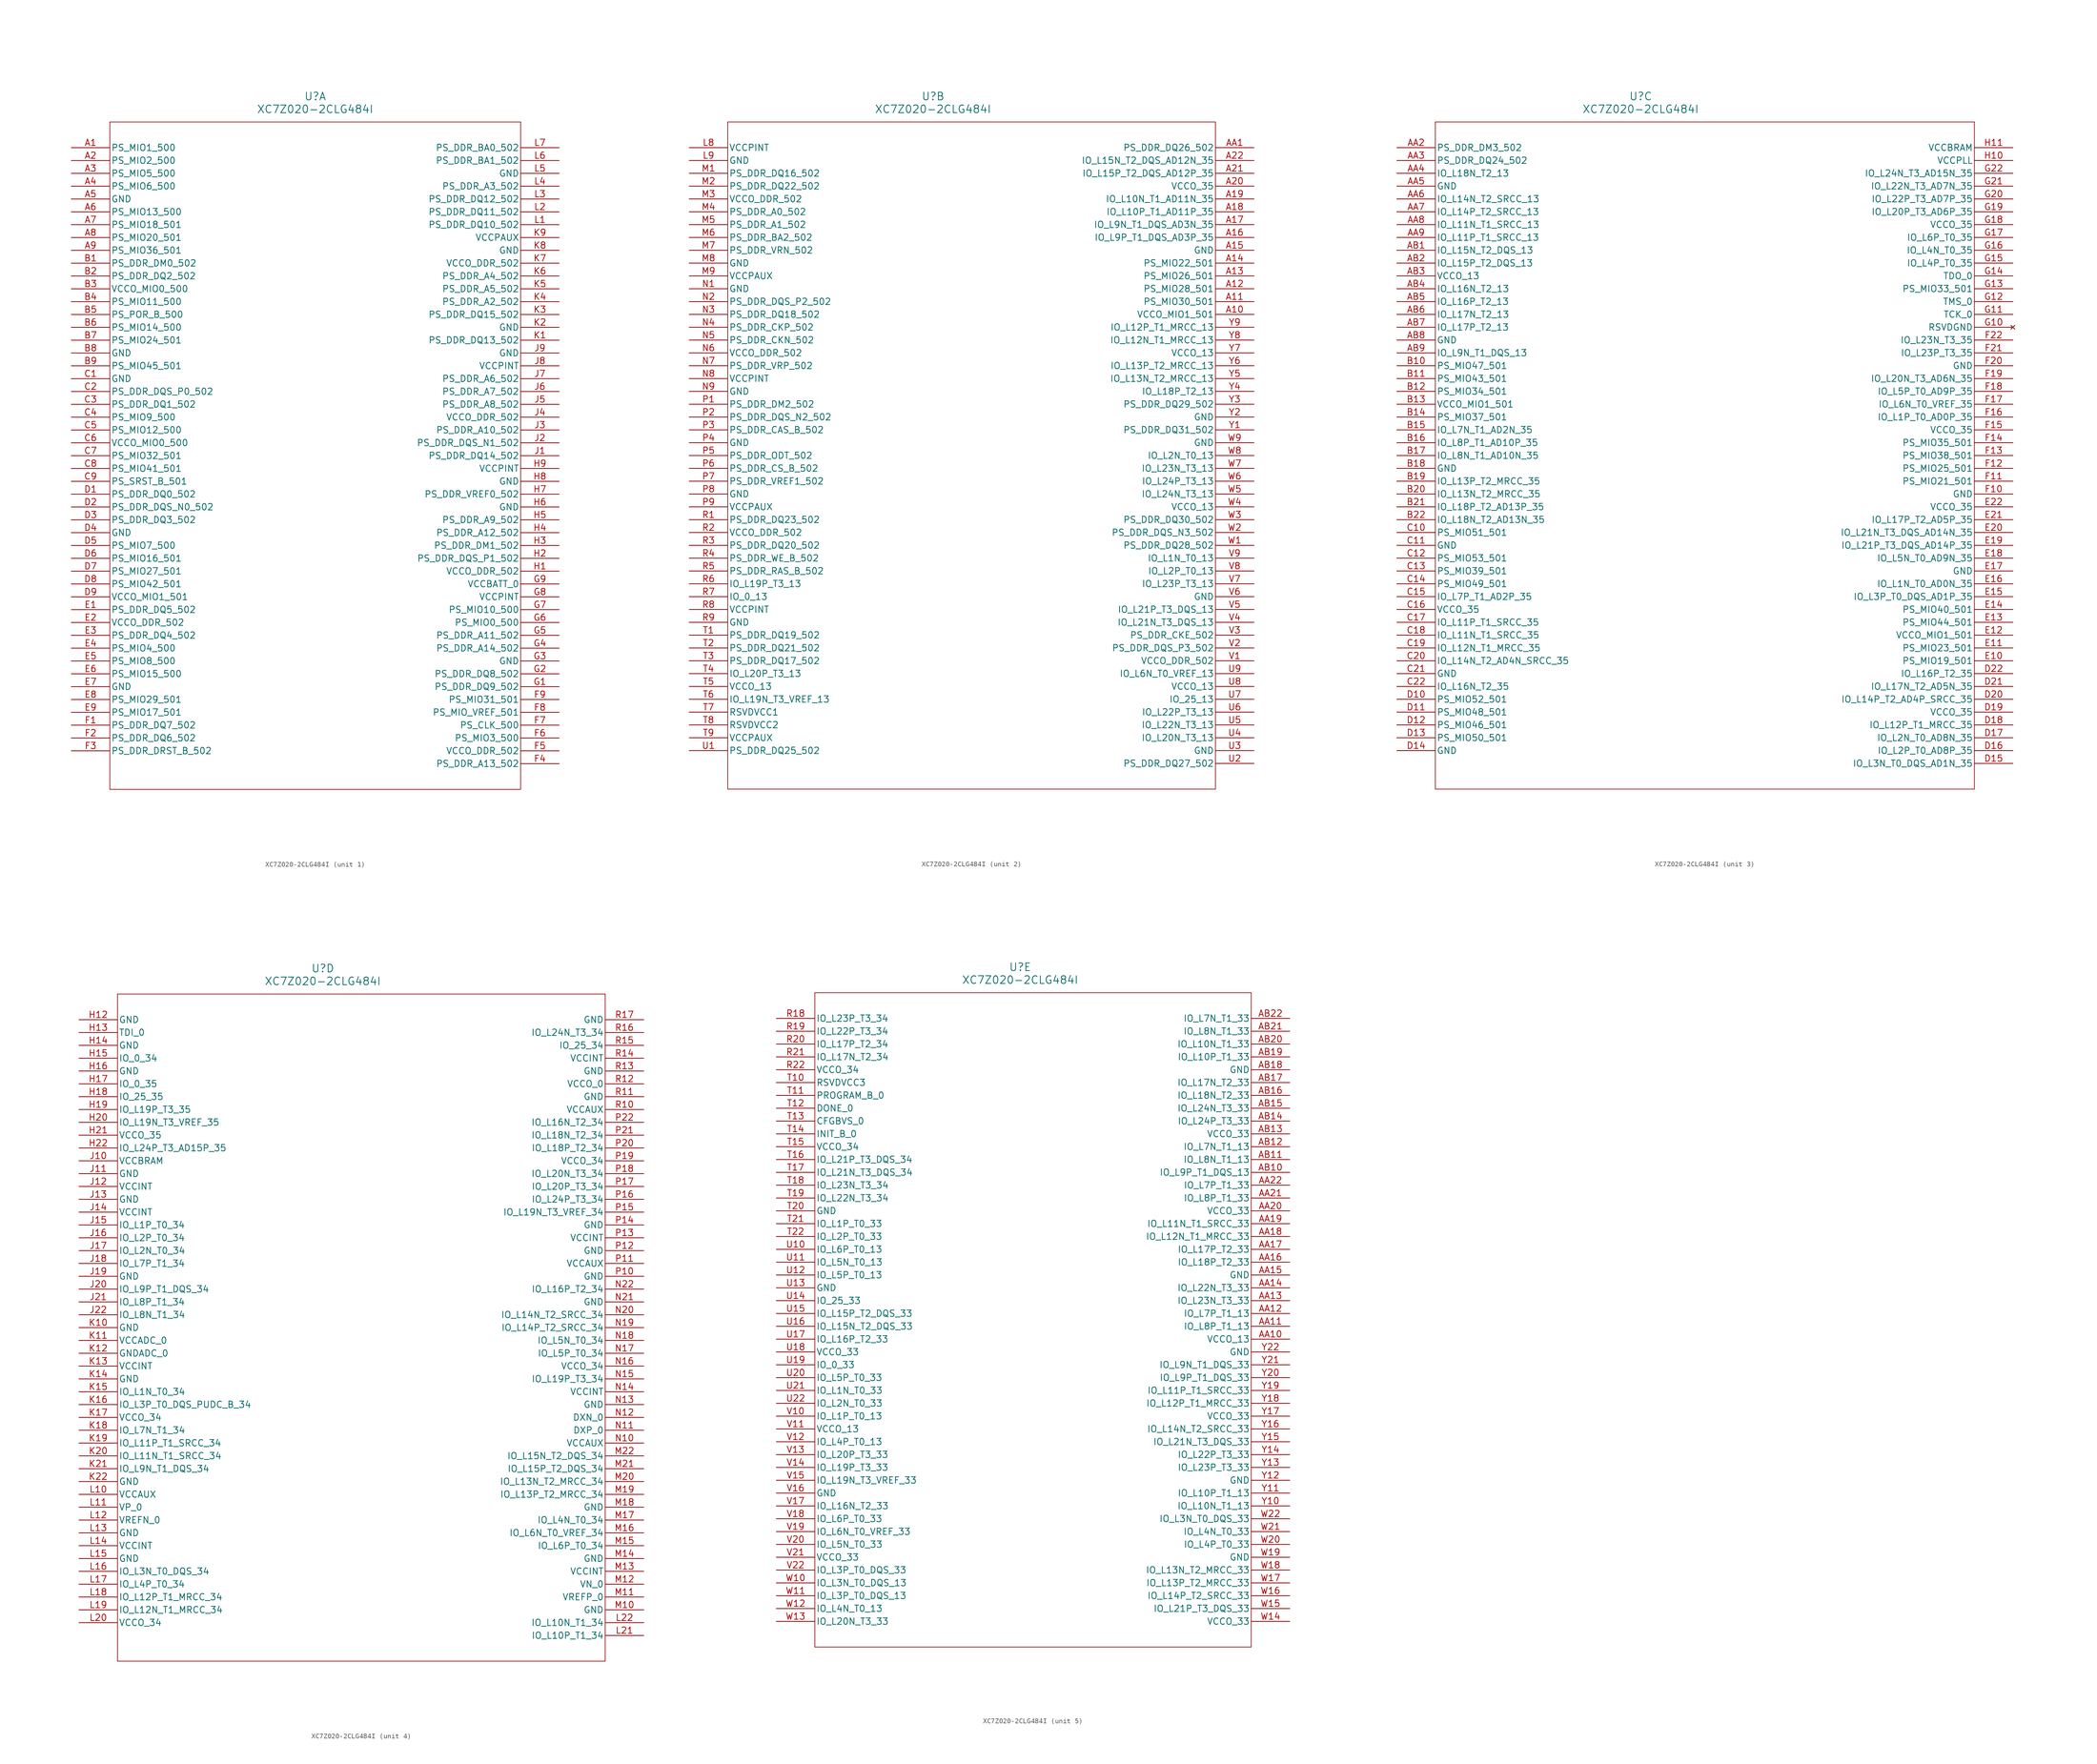
<source format=kicad_sym>
(kicad_symbol_lib
  (version 20211014)
  (generator kicad_symbol_editor)
  (symbol "XC7Z020-2CLG484I"
    (pin_names
      (offset 0.254))
    (property "Reference" "U"
      (at 48.26 10.16 0)
      (effects (font (size 1.524 1.524))))
    (property "Value" "XC7Z020-2CLG484I"
      (at 48.26 7.62 0)
      (effects (font (size 1.524 1.524))))
    (symbol "XC7Z020-2CLG484I_1_1"
      (polyline (pts (xy 7.62 5.08) (xy 7.62 -127)) (stroke (width 0.127) (type default) (color 0 0 0 0)) (fill (type none)))
      (polyline (pts (xy 7.62 -127) (xy 88.9 -127)) (stroke (width 0.127) (type default) (color 0 0 0 0)) (fill (type none)))
      (polyline (pts (xy 88.9 -127) (xy 88.9 5.08)) (stroke (width 0.127) (type default) (color 0 0 0 0)) (fill (type none)))
      (polyline (pts (xy 88.9 5.08) (xy 7.62 5.08)) (stroke (width 0.127) (type default) (color 0 0 0 0)) (fill (type none)))
      (pin bidirectional line (at 0 0 0) (length 7.62) (name "PS_MIO1_500" (effects (font (size 1.27 1.27)))) (number "A1" (effects (font (size 1.27 1.27)))))
      (pin bidirectional line (at 0 -2.54 0) (length 7.62) (name "PS_MIO2_500" (effects (font (size 1.27 1.27)))) (number "A2" (effects (font (size 1.27 1.27)))))
      (pin bidirectional line (at 0 -5.08 0) (length 7.62) (name "PS_MIO5_500" (effects (font (size 1.27 1.27)))) (number "A3" (effects (font (size 1.27 1.27)))))
      (pin bidirectional line (at 0 -7.62 0) (length 7.62) (name "PS_MIO6_500" (effects (font (size 1.27 1.27)))) (number "A4" (effects (font (size 1.27 1.27)))))
      (pin power_out line (at 0 -10.16 0) (length 7.62) (name "GND" (effects (font (size 1.27 1.27)))) (number "A5" (effects (font (size 1.27 1.27)))))
      (pin bidirectional line (at 0 -12.7 0) (length 7.62) (name "PS_MIO13_500" (effects (font (size 1.27 1.27)))) (number "A6" (effects (font (size 1.27 1.27)))))
      (pin bidirectional line (at 0 -15.24 0) (length 7.62) (name "PS_MIO18_501" (effects (font (size 1.27 1.27)))) (number "A7" (effects (font (size 1.27 1.27)))))
      (pin bidirectional line (at 0 -17.78 0) (length 7.62) (name "PS_MIO20_501" (effects (font (size 1.27 1.27)))) (number "A8" (effects (font (size 1.27 1.27)))))
      (pin bidirectional line (at 0 -20.32 0) (length 7.62) (name "PS_MIO36_501" (effects (font (size 1.27 1.27)))) (number "A9" (effects (font (size 1.27 1.27)))))
      (pin output line (at 0 -22.86 0) (length 7.62) (name "PS_DDR_DM0_502" (effects (font (size 1.27 1.27)))) (number "B1" (effects (font (size 1.27 1.27)))))
      (pin bidirectional line (at 0 -25.4 0) (length 7.62) (name "PS_DDR_DQ2_502" (effects (font (size 1.27 1.27)))) (number "B2" (effects (font (size 1.27 1.27)))))
      (pin power_in line (at 0 -27.94 0) (length 7.62) (name "VCCO_MIO0_500" (effects (font (size 1.27 1.27)))) (number "B3" (effects (font (size 1.27 1.27)))))
      (pin bidirectional line (at 0 -30.48 0) (length 7.62) (name "PS_MIO11_500" (effects (font (size 1.27 1.27)))) (number "B4" (effects (font (size 1.27 1.27)))))
      (pin input line (at 0 -33.02 0) (length 7.62) (name "PS_POR_B_500" (effects (font (size 1.27 1.27)))) (number "B5" (effects (font (size 1.27 1.27)))))
      (pin bidirectional line (at 0 -35.56 0) (length 7.62) (name "PS_MIO14_500" (effects (font (size 1.27 1.27)))) (number "B6" (effects (font (size 1.27 1.27)))))
      (pin bidirectional line (at 0 -38.1 0) (length 7.62) (name "PS_MIO24_501" (effects (font (size 1.27 1.27)))) (number "B7" (effects (font (size 1.27 1.27)))))
      (pin power_out line (at 0 -40.64 0) (length 7.62) (name "GND" (effects (font (size 1.27 1.27)))) (number "B8" (effects (font (size 1.27 1.27)))))
      (pin bidirectional line (at 0 -43.18 0) (length 7.62) (name "PS_MIO45_501" (effects (font (size 1.27 1.27)))) (number "B9" (effects (font (size 1.27 1.27)))))
      (pin power_out line (at 0 -45.72 0) (length 7.62) (name "GND" (effects (font (size 1.27 1.27)))) (number "C1" (effects (font (size 1.27 1.27)))))
      (pin bidirectional line (at 0 -48.26 0) (length 7.62) (name "PS_DDR_DQS_P0_502" (effects (font (size 1.27 1.27)))) (number "C2" (effects (font (size 1.27 1.27)))))
      (pin bidirectional line (at 0 -50.8 0) (length 7.62) (name "PS_DDR_DQ1_502" (effects (font (size 1.27 1.27)))) (number "C3" (effects (font (size 1.27 1.27)))))
      (pin bidirectional line (at 0 -53.34 0) (length 7.62) (name "PS_MIO9_500" (effects (font (size 1.27 1.27)))) (number "C4" (effects (font (size 1.27 1.27)))))
      (pin bidirectional line (at 0 -55.88 0) (length 7.62) (name "PS_MIO12_500" (effects (font (size 1.27 1.27)))) (number "C5" (effects (font (size 1.27 1.27)))))
      (pin power_in line (at 0 -58.42 0) (length 7.62) (name "VCCO_MIO0_500" (effects (font (size 1.27 1.27)))) (number "C6" (effects (font (size 1.27 1.27)))))
      (pin bidirectional line (at 0 -60.96 0) (length 7.62) (name "PS_MIO32_501" (effects (font (size 1.27 1.27)))) (number "C7" (effects (font (size 1.27 1.27)))))
      (pin bidirectional line (at 0 -63.5 0) (length 7.62) (name "PS_MIO41_501" (effects (font (size 1.27 1.27)))) (number "C8" (effects (font (size 1.27 1.27)))))
      (pin input line (at 0 -66.04 0) (length 7.62) (name "PS_SRST_B_501" (effects (font (size 1.27 1.27)))) (number "C9" (effects (font (size 1.27 1.27)))))
      (pin bidirectional line (at 0 -68.58 0) (length 7.62) (name "PS_DDR_DQ0_502" (effects (font (size 1.27 1.27)))) (number "D1" (effects (font (size 1.27 1.27)))))
      (pin bidirectional line (at 0 -71.12 0) (length 7.62) (name "PS_DDR_DQS_N0_502" (effects (font (size 1.27 1.27)))) (number "D2" (effects (font (size 1.27 1.27)))))
      (pin bidirectional line (at 0 -73.66 0) (length 7.62) (name "PS_DDR_DQ3_502" (effects (font (size 1.27 1.27)))) (number "D3" (effects (font (size 1.27 1.27)))))
      (pin power_out line (at 0 -76.2 0) (length 7.62) (name "GND" (effects (font (size 1.27 1.27)))) (number "D4" (effects (font (size 1.27 1.27)))))
      (pin bidirectional line (at 0 -78.74 0) (length 7.62) (name "PS_MIO7_500" (effects (font (size 1.27 1.27)))) (number "D5" (effects (font (size 1.27 1.27)))))
      (pin bidirectional line (at 0 -81.28 0) (length 7.62) (name "PS_MIO16_501" (effects (font (size 1.27 1.27)))) (number "D6" (effects (font (size 1.27 1.27)))))
      (pin bidirectional line (at 0 -83.82 0) (length 7.62) (name "PS_MIO27_501" (effects (font (size 1.27 1.27)))) (number "D7" (effects (font (size 1.27 1.27)))))
      (pin bidirectional line (at 0 -86.36 0) (length 7.62) (name "PS_MIO42_501" (effects (font (size 1.27 1.27)))) (number "D8" (effects (font (size 1.27 1.27)))))
      (pin power_in line (at 0 -88.9 0) (length 7.62) (name "VCCO_MIO1_501" (effects (font (size 1.27 1.27)))) (number "D9" (effects (font (size 1.27 1.27)))))
      (pin bidirectional line (at 0 -91.44 0) (length 7.62) (name "PS_DDR_DQ5_502" (effects (font (size 1.27 1.27)))) (number "E1" (effects (font (size 1.27 1.27)))))
      (pin power_in line (at 0 -93.98 0) (length 7.62) (name "VCCO_DDR_502" (effects (font (size 1.27 1.27)))) (number "E2" (effects (font (size 1.27 1.27)))))
      (pin bidirectional line (at 0 -96.52 0) (length 7.62) (name "PS_DDR_DQ4_502" (effects (font (size 1.27 1.27)))) (number "E3" (effects (font (size 1.27 1.27)))))
      (pin bidirectional line (at 0 -99.06 0) (length 7.62) (name "PS_MIO4_500" (effects (font (size 1.27 1.27)))) (number "E4" (effects (font (size 1.27 1.27)))))
      (pin bidirectional line (at 0 -101.6 0) (length 7.62) (name "PS_MIO8_500" (effects (font (size 1.27 1.27)))) (number "E5" (effects (font (size 1.27 1.27)))))
      (pin bidirectional line (at 0 -104.14 0) (length 7.62) (name "PS_MIO15_500" (effects (font (size 1.27 1.27)))) (number "E6" (effects (font (size 1.27 1.27)))))
      (pin power_out line (at 0 -106.68 0) (length 7.62) (name "GND" (effects (font (size 1.27 1.27)))) (number "E7" (effects (font (size 1.27 1.27)))))
      (pin bidirectional line (at 0 -109.22 0) (length 7.62) (name "PS_MIO29_501" (effects (font (size 1.27 1.27)))) (number "E8" (effects (font (size 1.27 1.27)))))
      (pin bidirectional line (at 0 -111.76 0) (length 7.62) (name "PS_MIO17_501" (effects (font (size 1.27 1.27)))) (number "E9" (effects (font (size 1.27 1.27)))))
      (pin bidirectional line (at 0 -114.3 0) (length 7.62) (name "PS_DDR_DQ7_502" (effects (font (size 1.27 1.27)))) (number "F1" (effects (font (size 1.27 1.27)))))
      (pin bidirectional line (at 0 -116.84 0) (length 7.62) (name "PS_DDR_DQ6_502" (effects (font (size 1.27 1.27)))) (number "F2" (effects (font (size 1.27 1.27)))))
      (pin output line (at 0 -119.38 0) (length 7.62) (name "PS_DDR_DRST_B_502" (effects (font (size 1.27 1.27)))) (number "F3" (effects (font (size 1.27 1.27)))))
      (pin output line (at 96.52 -121.92 180) (length 7.62) (name "PS_DDR_A13_502" (effects (font (size 1.27 1.27)))) (number "F4" (effects (font (size 1.27 1.27)))))
      (pin power_in line (at 96.52 -119.38 180) (length 7.62) (name "VCCO_DDR_502" (effects (font (size 1.27 1.27)))) (number "F5" (effects (font (size 1.27 1.27)))))
      (pin bidirectional line (at 96.52 -116.84 180) (length 7.62) (name "PS_MIO3_500" (effects (font (size 1.27 1.27)))) (number "F6" (effects (font (size 1.27 1.27)))))
      (pin input line (at 96.52 -114.3 180) (length 7.62) (name "PS_CLK_500" (effects (font (size 1.27 1.27)))) (number "F7" (effects (font (size 1.27 1.27)))))
      (pin power_in line (at 96.52 -111.76 180) (length 7.62) (name "PS_MIO_VREF_501" (effects (font (size 1.27 1.27)))) (number "F8" (effects (font (size 1.27 1.27)))))
      (pin bidirectional line (at 96.52 -109.22 180) (length 7.62) (name "PS_MIO31_501" (effects (font (size 1.27 1.27)))) (number "F9" (effects (font (size 1.27 1.27)))))
      (pin bidirectional line (at 96.52 -106.68 180) (length 7.62) (name "PS_DDR_DQ9_502" (effects (font (size 1.27 1.27)))) (number "G1" (effects (font (size 1.27 1.27)))))
      (pin bidirectional line (at 96.52 -104.14 180) (length 7.62) (name "PS_DDR_DQ8_502" (effects (font (size 1.27 1.27)))) (number "G2" (effects (font (size 1.27 1.27)))))
      (pin power_out line (at 96.52 -101.6 180) (length 7.62) (name "GND" (effects (font (size 1.27 1.27)))) (number "G3" (effects (font (size 1.27 1.27)))))
      (pin output line (at 96.52 -99.06 180) (length 7.62) (name "PS_DDR_A14_502" (effects (font (size 1.27 1.27)))) (number "G4" (effects (font (size 1.27 1.27)))))
      (pin output line (at 96.52 -96.52 180) (length 7.62) (name "PS_DDR_A11_502" (effects (font (size 1.27 1.27)))) (number "G5" (effects (font (size 1.27 1.27)))))
      (pin bidirectional line (at 96.52 -93.98 180) (length 7.62) (name "PS_MIO0_500" (effects (font (size 1.27 1.27)))) (number "G6" (effects (font (size 1.27 1.27)))))
      (pin bidirectional line (at 96.52 -91.44 180) (length 7.62) (name "PS_MIO10_500" (effects (font (size 1.27 1.27)))) (number "G7" (effects (font (size 1.27 1.27)))))
      (pin power_in line (at 96.52 -88.9 180) (length 7.62) (name "VCCPINT" (effects (font (size 1.27 1.27)))) (number "G8" (effects (font (size 1.27 1.27)))))
      (pin power_in line (at 96.52 -86.36 180) (length 7.62) (name "VCCBATT_0" (effects (font (size 1.27 1.27)))) (number "G9" (effects (font (size 1.27 1.27)))))
      (pin power_in line (at 96.52 -83.82 180) (length 7.62) (name "VCCO_DDR_502" (effects (font (size 1.27 1.27)))) (number "H1" (effects (font (size 1.27 1.27)))))
      (pin bidirectional line (at 96.52 -81.28 180) (length 7.62) (name "PS_DDR_DQS_P1_502" (effects (font (size 1.27 1.27)))) (number "H2" (effects (font (size 1.27 1.27)))))
      (pin output line (at 96.52 -78.74 180) (length 7.62) (name "PS_DDR_DM1_502" (effects (font (size 1.27 1.27)))) (number "H3" (effects (font (size 1.27 1.27)))))
      (pin output line (at 96.52 -76.2 180) (length 7.62) (name "PS_DDR_A12_502" (effects (font (size 1.27 1.27)))) (number "H4" (effects (font (size 1.27 1.27)))))
      (pin output line (at 96.52 -73.66 180) (length 7.62) (name "PS_DDR_A9_502" (effects (font (size 1.27 1.27)))) (number "H5" (effects (font (size 1.27 1.27)))))
      (pin power_out line (at 96.52 -71.12 180) (length 7.62) (name "GND" (effects (font (size 1.27 1.27)))) (number "H6" (effects (font (size 1.27 1.27)))))
      (pin power_in line (at 96.52 -68.58 180) (length 7.62) (name "PS_DDR_VREF0_502" (effects (font (size 1.27 1.27)))) (number "H7" (effects (font (size 1.27 1.27)))))
      (pin power_out line (at 96.52 -66.04 180) (length 7.62) (name "GND" (effects (font (size 1.27 1.27)))) (number "H8" (effects (font (size 1.27 1.27)))))
      (pin power_in line (at 96.52 -63.5 180) (length 7.62) (name "VCCPINT" (effects (font (size 1.27 1.27)))) (number "H9" (effects (font (size 1.27 1.27)))))
      (pin bidirectional line (at 96.52 -60.96 180) (length 7.62) (name "PS_DDR_DQ14_502" (effects (font (size 1.27 1.27)))) (number "J1" (effects (font (size 1.27 1.27)))))
      (pin bidirectional line (at 96.52 -58.42 180) (length 7.62) (name "PS_DDR_DQS_N1_502" (effects (font (size 1.27 1.27)))) (number "J2" (effects (font (size 1.27 1.27)))))
      (pin output line (at 96.52 -55.88 180) (length 7.62) (name "PS_DDR_A10_502" (effects (font (size 1.27 1.27)))) (number "J3" (effects (font (size 1.27 1.27)))))
      (pin power_in line (at 96.52 -53.34 180) (length 7.62) (name "VCCO_DDR_502" (effects (font (size 1.27 1.27)))) (number "J4" (effects (font (size 1.27 1.27)))))
      (pin output line (at 96.52 -50.8 180) (length 7.62) (name "PS_DDR_A8_502" (effects (font (size 1.27 1.27)))) (number "J5" (effects (font (size 1.27 1.27)))))
      (pin output line (at 96.52 -48.26 180) (length 7.62) (name "PS_DDR_A7_502" (effects (font (size 1.27 1.27)))) (number "J6" (effects (font (size 1.27 1.27)))))
      (pin output line (at 96.52 -45.72 180) (length 7.62) (name "PS_DDR_A6_502" (effects (font (size 1.27 1.27)))) (number "J7" (effects (font (size 1.27 1.27)))))
      (pin power_in line (at 96.52 -43.18 180) (length 7.62) (name "VCCPINT" (effects (font (size 1.27 1.27)))) (number "J8" (effects (font (size 1.27 1.27)))))
      (pin power_out line (at 96.52 -40.64 180) (length 7.62) (name "GND" (effects (font (size 1.27 1.27)))) (number "J9" (effects (font (size 1.27 1.27)))))
      (pin bidirectional line (at 96.52 -38.1 180) (length 7.62) (name "PS_DDR_DQ13_502" (effects (font (size 1.27 1.27)))) (number "K1" (effects (font (size 1.27 1.27)))))
      (pin power_out line (at 96.52 -35.56 180) (length 7.62) (name "GND" (effects (font (size 1.27 1.27)))) (number "K2" (effects (font (size 1.27 1.27)))))
      (pin bidirectional line (at 96.52 -33.02 180) (length 7.62) (name "PS_DDR_DQ15_502" (effects (font (size 1.27 1.27)))) (number "K3" (effects (font (size 1.27 1.27)))))
      (pin output line (at 96.52 -30.48 180) (length 7.62) (name "PS_DDR_A2_502" (effects (font (size 1.27 1.27)))) (number "K4" (effects (font (size 1.27 1.27)))))
      (pin output line (at 96.52 -27.94 180) (length 7.62) (name "PS_DDR_A5_502" (effects (font (size 1.27 1.27)))) (number "K5" (effects (font (size 1.27 1.27)))))
      (pin output line (at 96.52 -25.4 180) (length 7.62) (name "PS_DDR_A4_502" (effects (font (size 1.27 1.27)))) (number "K6" (effects (font (size 1.27 1.27)))))
      (pin power_in line (at 96.52 -22.86 180) (length 7.62) (name "VCCO_DDR_502" (effects (font (size 1.27 1.27)))) (number "K7" (effects (font (size 1.27 1.27)))))
      (pin power_out line (at 96.52 -20.32 180) (length 7.62) (name "GND" (effects (font (size 1.27 1.27)))) (number "K8" (effects (font (size 1.27 1.27)))))
      (pin power_in line (at 96.52 -17.78 180) (length 7.62) (name "VCCPAUX" (effects (font (size 1.27 1.27)))) (number "K9" (effects (font (size 1.27 1.27)))))
      (pin bidirectional line (at 96.52 -15.24 180) (length 7.62) (name "PS_DDR_DQ10_502" (effects (font (size 1.27 1.27)))) (number "L1" (effects (font (size 1.27 1.27)))))
      (pin bidirectional line (at 96.52 -12.7 180) (length 7.62) (name "PS_DDR_DQ11_502" (effects (font (size 1.27 1.27)))) (number "L2" (effects (font (size 1.27 1.27)))))
      (pin bidirectional line (at 96.52 -10.16 180) (length 7.62) (name "PS_DDR_DQ12_502" (effects (font (size 1.27 1.27)))) (number "L3" (effects (font (size 1.27 1.27)))))
      (pin output line (at 96.52 -7.62 180) (length 7.62) (name "PS_DDR_A3_502" (effects (font (size 1.27 1.27)))) (number "L4" (effects (font (size 1.27 1.27)))))
      (pin power_out line (at 96.52 -5.08 180) (length 7.62) (name "GND" (effects (font (size 1.27 1.27)))) (number "L5" (effects (font (size 1.27 1.27)))))
      (pin output line (at 96.52 -2.54 180) (length 7.62) (name "PS_DDR_BA1_502" (effects (font (size 1.27 1.27)))) (number "L6" (effects (font (size 1.27 1.27)))))
      (pin output line (at 96.52 0 180) (length 7.62) (name "PS_DDR_BA0_502" (effects (font (size 1.27 1.27)))) (number "L7" (effects (font (size 1.27 1.27))))))
    (symbol "XC7Z020-2CLG484I_2_1"
      (polyline (pts (xy 7.62 5.08) (xy 7.62 -127)) (stroke (width 0.127) (type default) (color 0 0 0 0)) (fill (type none)))
      (polyline (pts (xy 7.62 -127) (xy 104.14 -127)) (stroke (width 0.127) (type default) (color 0 0 0 0)) (fill (type none)))
      (polyline (pts (xy 104.14 -127) (xy 104.14 5.08)) (stroke (width 0.127) (type default) (color 0 0 0 0)) (fill (type none)))
      (polyline (pts (xy 104.14 5.08) (xy 7.62 5.08)) (stroke (width 0.127) (type default) (color 0 0 0 0)) (fill (type none)))
      (pin power_in line (at 0 0 0) (length 7.62) (name "VCCPINT" (effects (font (size 1.27 1.27)))) (number "L8" (effects (font (size 1.27 1.27)))))
      (pin power_out line (at 0 -2.54 0) (length 7.62) (name "GND" (effects (font (size 1.27 1.27)))) (number "L9" (effects (font (size 1.27 1.27)))))
      (pin bidirectional line (at 0 -5.08 0) (length 7.62) (name "PS_DDR_DQ16_502" (effects (font (size 1.27 1.27)))) (number "M1" (effects (font (size 1.27 1.27)))))
      (pin bidirectional line (at 0 -7.62 0) (length 7.62) (name "PS_DDR_DQ22_502" (effects (font (size 1.27 1.27)))) (number "M2" (effects (font (size 1.27 1.27)))))
      (pin power_in line (at 0 -10.16 0) (length 7.62) (name "VCCO_DDR_502" (effects (font (size 1.27 1.27)))) (number "M3" (effects (font (size 1.27 1.27)))))
      (pin output line (at 0 -12.7 0) (length 7.62) (name "PS_DDR_A0_502" (effects (font (size 1.27 1.27)))) (number "M4" (effects (font (size 1.27 1.27)))))
      (pin output line (at 0 -15.24 0) (length 7.62) (name "PS_DDR_A1_502" (effects (font (size 1.27 1.27)))) (number "M5" (effects (font (size 1.27 1.27)))))
      (pin output line (at 0 -17.78 0) (length 7.62) (name "PS_DDR_BA2_502" (effects (font (size 1.27 1.27)))) (number "M6" (effects (font (size 1.27 1.27)))))
      (pin output line (at 0 -20.32 0) (length 7.62) (name "PS_DDR_VRN_502" (effects (font (size 1.27 1.27)))) (number "M7" (effects (font (size 1.27 1.27)))))
      (pin power_out line (at 0 -22.86 0) (length 7.62) (name "GND" (effects (font (size 1.27 1.27)))) (number "M8" (effects (font (size 1.27 1.27)))))
      (pin power_in line (at 0 -25.4 0) (length 7.62) (name "VCCPAUX" (effects (font (size 1.27 1.27)))) (number "M9" (effects (font (size 1.27 1.27)))))
      (pin power_out line (at 0 -27.94 0) (length 7.62) (name "GND" (effects (font (size 1.27 1.27)))) (number "N1" (effects (font (size 1.27 1.27)))))
      (pin bidirectional line (at 0 -30.48 0) (length 7.62) (name "PS_DDR_DQS_P2_502" (effects (font (size 1.27 1.27)))) (number "N2" (effects (font (size 1.27 1.27)))))
      (pin bidirectional line (at 0 -33.02 0) (length 7.62) (name "PS_DDR_DQ18_502" (effects (font (size 1.27 1.27)))) (number "N3" (effects (font (size 1.27 1.27)))))
      (pin output line (at 0 -35.56 0) (length 7.62) (name "PS_DDR_CKP_502" (effects (font (size 1.27 1.27)))) (number "N4" (effects (font (size 1.27 1.27)))))
      (pin output line (at 0 -38.1 0) (length 7.62) (name "PS_DDR_CKN_502" (effects (font (size 1.27 1.27)))) (number "N5" (effects (font (size 1.27 1.27)))))
      (pin power_in line (at 0 -40.64 0) (length 7.62) (name "VCCO_DDR_502" (effects (font (size 1.27 1.27)))) (number "N6" (effects (font (size 1.27 1.27)))))
      (pin output line (at 0 -43.18 0) (length 7.62) (name "PS_DDR_VRP_502" (effects (font (size 1.27 1.27)))) (number "N7" (effects (font (size 1.27 1.27)))))
      (pin power_in line (at 0 -45.72 0) (length 7.62) (name "VCCPINT" (effects (font (size 1.27 1.27)))) (number "N8" (effects (font (size 1.27 1.27)))))
      (pin power_out line (at 0 -48.26 0) (length 7.62) (name "GND" (effects (font (size 1.27 1.27)))) (number "N9" (effects (font (size 1.27 1.27)))))
      (pin output line (at 0 -50.8 0) (length 7.62) (name "PS_DDR_DM2_502" (effects (font (size 1.27 1.27)))) (number "P1" (effects (font (size 1.27 1.27)))))
      (pin bidirectional line (at 0 -53.34 0) (length 7.62) (name "PS_DDR_DQS_N2_502" (effects (font (size 1.27 1.27)))) (number "P2" (effects (font (size 1.27 1.27)))))
      (pin output line (at 0 -55.88 0) (length 7.62) (name "PS_DDR_CAS_B_502" (effects (font (size 1.27 1.27)))) (number "P3" (effects (font (size 1.27 1.27)))))
      (pin power_out line (at 0 -58.42 0) (length 7.62) (name "GND" (effects (font (size 1.27 1.27)))) (number "P4" (effects (font (size 1.27 1.27)))))
      (pin output line (at 0 -60.96 0) (length 7.62) (name "PS_DDR_ODT_502" (effects (font (size 1.27 1.27)))) (number "P5" (effects (font (size 1.27 1.27)))))
      (pin output line (at 0 -63.5 0) (length 7.62) (name "PS_DDR_CS_B_502" (effects (font (size 1.27 1.27)))) (number "P6" (effects (font (size 1.27 1.27)))))
      (pin power_in line (at 0 -66.04 0) (length 7.62) (name "PS_DDR_VREF1_502" (effects (font (size 1.27 1.27)))) (number "P7" (effects (font (size 1.27 1.27)))))
      (pin power_out line (at 0 -68.58 0) (length 7.62) (name "GND" (effects (font (size 1.27 1.27)))) (number "P8" (effects (font (size 1.27 1.27)))))
      (pin power_in line (at 0 -71.12 0) (length 7.62) (name "VCCPAUX" (effects (font (size 1.27 1.27)))) (number "P9" (effects (font (size 1.27 1.27)))))
      (pin bidirectional line (at 0 -73.66 0) (length 7.62) (name "PS_DDR_DQ23_502" (effects (font (size 1.27 1.27)))) (number "R1" (effects (font (size 1.27 1.27)))))
      (pin power_in line (at 0 -76.2 0) (length 7.62) (name "VCCO_DDR_502" (effects (font (size 1.27 1.27)))) (number "R2" (effects (font (size 1.27 1.27)))))
      (pin bidirectional line (at 0 -78.74 0) (length 7.62) (name "PS_DDR_DQ20_502" (effects (font (size 1.27 1.27)))) (number "R3" (effects (font (size 1.27 1.27)))))
      (pin output line (at 0 -81.28 0) (length 7.62) (name "PS_DDR_WE_B_502" (effects (font (size 1.27 1.27)))) (number "R4" (effects (font (size 1.27 1.27)))))
      (pin output line (at 0 -83.82 0) (length 7.62) (name "PS_DDR_RAS_B_502" (effects (font (size 1.27 1.27)))) (number "R5" (effects (font (size 1.27 1.27)))))
      (pin bidirectional line (at 0 -86.36 0) (length 7.62) (name "IO_L19P_T3_13" (effects (font (size 1.27 1.27)))) (number "R6" (effects (font (size 1.27 1.27)))))
      (pin bidirectional line (at 0 -88.9 0) (length 7.62) (name "IO_0_13" (effects (font (size 1.27 1.27)))) (number "R7" (effects (font (size 1.27 1.27)))))
      (pin power_in line (at 0 -91.44 0) (length 7.62) (name "VCCPINT" (effects (font (size 1.27 1.27)))) (number "R8" (effects (font (size 1.27 1.27)))))
      (pin power_out line (at 0 -93.98 0) (length 7.62) (name "GND" (effects (font (size 1.27 1.27)))) (number "R9" (effects (font (size 1.27 1.27)))))
      (pin bidirectional line (at 0 -96.52 0) (length 7.62) (name "PS_DDR_DQ19_502" (effects (font (size 1.27 1.27)))) (number "T1" (effects (font (size 1.27 1.27)))))
      (pin bidirectional line (at 0 -99.06 0) (length 7.62) (name "PS_DDR_DQ21_502" (effects (font (size 1.27 1.27)))) (number "T2" (effects (font (size 1.27 1.27)))))
      (pin bidirectional line (at 0 -101.6 0) (length 7.62) (name "PS_DDR_DQ17_502" (effects (font (size 1.27 1.27)))) (number "T3" (effects (font (size 1.27 1.27)))))
      (pin bidirectional line (at 0 -104.14 0) (length 7.62) (name "IO_L20P_T3_13" (effects (font (size 1.27 1.27)))) (number "T4" (effects (font (size 1.27 1.27)))))
      (pin power_in line (at 0 -106.68 0) (length 7.62) (name "VCCO_13" (effects (font (size 1.27 1.27)))) (number "T5" (effects (font (size 1.27 1.27)))))
      (pin bidirectional line (at 0 -109.22 0) (length 7.62) (name "IO_L19N_T3_VREF_13" (effects (font (size 1.27 1.27)))) (number "T6" (effects (font (size 1.27 1.27)))))
      (pin power_in line (at 0 -111.76 0) (length 7.62) (name "RSVDVCC1" (effects (font (size 1.27 1.27)))) (number "T7" (effects (font (size 1.27 1.27)))))
      (pin power_in line (at 0 -114.3 0) (length 7.62) (name "RSVDVCC2" (effects (font (size 1.27 1.27)))) (number "T8" (effects (font (size 1.27 1.27)))))
      (pin power_in line (at 0 -116.84 0) (length 7.62) (name "VCCPAUX" (effects (font (size 1.27 1.27)))) (number "T9" (effects (font (size 1.27 1.27)))))
      (pin bidirectional line (at 0 -119.38 0) (length 7.62) (name "PS_DDR_DQ25_502" (effects (font (size 1.27 1.27)))) (number "U1" (effects (font (size 1.27 1.27)))))
      (pin bidirectional line (at 111.76 -121.92 180) (length 7.62) (name "PS_DDR_DQ27_502" (effects (font (size 1.27 1.27)))) (number "U2" (effects (font (size 1.27 1.27)))))
      (pin power_out line (at 111.76 -119.38 180) (length 7.62) (name "GND" (effects (font (size 1.27 1.27)))) (number "U3" (effects (font (size 1.27 1.27)))))
      (pin bidirectional line (at 111.76 -116.84 180) (length 7.62) (name "IO_L20N_T3_13" (effects (font (size 1.27 1.27)))) (number "U4" (effects (font (size 1.27 1.27)))))
      (pin bidirectional line (at 111.76 -114.3 180) (length 7.62) (name "IO_L22N_T3_13" (effects (font (size 1.27 1.27)))) (number "U5" (effects (font (size 1.27 1.27)))))
      (pin bidirectional line (at 111.76 -111.76 180) (length 7.62) (name "IO_L22P_T3_13" (effects (font (size 1.27 1.27)))) (number "U6" (effects (font (size 1.27 1.27)))))
      (pin bidirectional line (at 111.76 -109.22 180) (length 7.62) (name "IO_25_13" (effects (font (size 1.27 1.27)))) (number "U7" (effects (font (size 1.27 1.27)))))
      (pin power_in line (at 111.76 -106.68 180) (length 7.62) (name "VCCO_13" (effects (font (size 1.27 1.27)))) (number "U8" (effects (font (size 1.27 1.27)))))
      (pin bidirectional line (at 111.76 -104.14 180) (length 7.62) (name "IO_L6N_T0_VREF_13" (effects (font (size 1.27 1.27)))) (number "U9" (effects (font (size 1.27 1.27)))))
      (pin power_in line (at 111.76 -101.6 180) (length 7.62) (name "VCCO_DDR_502" (effects (font (size 1.27 1.27)))) (number "V1" (effects (font (size 1.27 1.27)))))
      (pin bidirectional line (at 111.76 -99.06 180) (length 7.62) (name "PS_DDR_DQS_P3_502" (effects (font (size 1.27 1.27)))) (number "V2" (effects (font (size 1.27 1.27)))))
      (pin output line (at 111.76 -96.52 180) (length 7.62) (name "PS_DDR_CKE_502" (effects (font (size 1.27 1.27)))) (number "V3" (effects (font (size 1.27 1.27)))))
      (pin bidirectional line (at 111.76 -93.98 180) (length 7.62) (name "IO_L21N_T3_DQS_13" (effects (font (size 1.27 1.27)))) (number "V4" (effects (font (size 1.27 1.27)))))
      (pin bidirectional line (at 111.76 -91.44 180) (length 7.62) (name "IO_L21P_T3_DQS_13" (effects (font (size 1.27 1.27)))) (number "V5" (effects (font (size 1.27 1.27)))))
      (pin power_out line (at 111.76 -88.9 180) (length 7.62) (name "GND" (effects (font (size 1.27 1.27)))) (number "V6" (effects (font (size 1.27 1.27)))))
      (pin bidirectional line (at 111.76 -86.36 180) (length 7.62) (name "IO_L23P_T3_13" (effects (font (size 1.27 1.27)))) (number "V7" (effects (font (size 1.27 1.27)))))
      (pin bidirectional line (at 111.76 -83.82 180) (length 7.62) (name "IO_L2P_T0_13" (effects (font (size 1.27 1.27)))) (number "V8" (effects (font (size 1.27 1.27)))))
      (pin bidirectional line (at 111.76 -81.28 180) (length 7.62) (name "IO_L1N_T0_13" (effects (font (size 1.27 1.27)))) (number "V9" (effects (font (size 1.27 1.27)))))
      (pin bidirectional line (at 111.76 -78.74 180) (length 7.62) (name "PS_DDR_DQ28_502" (effects (font (size 1.27 1.27)))) (number "W1" (effects (font (size 1.27 1.27)))))
      (pin bidirectional line (at 111.76 -76.2 180) (length 7.62) (name "PS_DDR_DQS_N3_502" (effects (font (size 1.27 1.27)))) (number "W2" (effects (font (size 1.27 1.27)))))
      (pin bidirectional line (at 111.76 -73.66 180) (length 7.62) (name "PS_DDR_DQ30_502" (effects (font (size 1.27 1.27)))) (number "W3" (effects (font (size 1.27 1.27)))))
      (pin power_in line (at 111.76 -71.12 180) (length 7.62) (name "VCCO_13" (effects (font (size 1.27 1.27)))) (number "W4" (effects (font (size 1.27 1.27)))))
      (pin bidirectional line (at 111.76 -68.58 180) (length 7.62) (name "IO_L24N_T3_13" (effects (font (size 1.27 1.27)))) (number "W5" (effects (font (size 1.27 1.27)))))
      (pin bidirectional line (at 111.76 -66.04 180) (length 7.62) (name "IO_L24P_T3_13" (effects (font (size 1.27 1.27)))) (number "W6" (effects (font (size 1.27 1.27)))))
      (pin bidirectional line (at 111.76 -63.5 180) (length 7.62) (name "IO_L23N_T3_13" (effects (font (size 1.27 1.27)))) (number "W7" (effects (font (size 1.27 1.27)))))
      (pin bidirectional line (at 111.76 -60.96 180) (length 7.62) (name "IO_L2N_T0_13" (effects (font (size 1.27 1.27)))) (number "W8" (effects (font (size 1.27 1.27)))))
      (pin power_out line (at 111.76 -58.42 180) (length 7.62) (name "GND" (effects (font (size 1.27 1.27)))) (number "W9" (effects (font (size 1.27 1.27)))))
      (pin bidirectional line (at 111.76 -55.88 180) (length 7.62) (name "PS_DDR_DQ31_502" (effects (font (size 1.27 1.27)))) (number "Y1" (effects (font (size 1.27 1.27)))))
      (pin power_out line (at 111.76 -53.34 180) (length 7.62) (name "GND" (effects (font (size 1.27 1.27)))) (number "Y2" (effects (font (size 1.27 1.27)))))
      (pin bidirectional line (at 111.76 -50.8 180) (length 7.62) (name "PS_DDR_DQ29_502" (effects (font (size 1.27 1.27)))) (number "Y3" (effects (font (size 1.27 1.27)))))
      (pin bidirectional line (at 111.76 -48.26 180) (length 7.62) (name "IO_L18P_T2_13" (effects (font (size 1.27 1.27)))) (number "Y4" (effects (font (size 1.27 1.27)))))
      (pin bidirectional line (at 111.76 -45.72 180) (length 7.62) (name "IO_L13N_T2_MRCC_13" (effects (font (size 1.27 1.27)))) (number "Y5" (effects (font (size 1.27 1.27)))))
      (pin bidirectional line (at 111.76 -43.18 180) (length 7.62) (name "IO_L13P_T2_MRCC_13" (effects (font (size 1.27 1.27)))) (number "Y6" (effects (font (size 1.27 1.27)))))
      (pin power_in line (at 111.76 -40.64 180) (length 7.62) (name "VCCO_13" (effects (font (size 1.27 1.27)))) (number "Y7" (effects (font (size 1.27 1.27)))))
      (pin bidirectional line (at 111.76 -38.1 180) (length 7.62) (name "IO_L12N_T1_MRCC_13" (effects (font (size 1.27 1.27)))) (number "Y8" (effects (font (size 1.27 1.27)))))
      (pin bidirectional line (at 111.76 -35.56 180) (length 7.62) (name "IO_L12P_T1_MRCC_13" (effects (font (size 1.27 1.27)))) (number "Y9" (effects (font (size 1.27 1.27)))))
      (pin power_in line (at 111.76 -33.02 180) (length 7.62) (name "VCCO_MIO1_501" (effects (font (size 1.27 1.27)))) (number "A10" (effects (font (size 1.27 1.27)))))
      (pin bidirectional line (at 111.76 -30.48 180) (length 7.62) (name "PS_MIO30_501" (effects (font (size 1.27 1.27)))) (number "A11" (effects (font (size 1.27 1.27)))))
      (pin bidirectional line (at 111.76 -27.94 180) (length 7.62) (name "PS_MIO28_501" (effects (font (size 1.27 1.27)))) (number "A12" (effects (font (size 1.27 1.27)))))
      (pin bidirectional line (at 111.76 -25.4 180) (length 7.62) (name "PS_MIO26_501" (effects (font (size 1.27 1.27)))) (number "A13" (effects (font (size 1.27 1.27)))))
      (pin bidirectional line (at 111.76 -22.86 180) (length 7.62) (name "PS_MIO22_501" (effects (font (size 1.27 1.27)))) (number "A14" (effects (font (size 1.27 1.27)))))
      (pin power_out line (at 111.76 -20.32 180) (length 7.62) (name "GND" (effects (font (size 1.27 1.27)))) (number "A15" (effects (font (size 1.27 1.27)))))
      (pin bidirectional line (at 111.76 -17.78 180) (length 7.62) (name "IO_L9P_T1_DQS_AD3P_35" (effects (font (size 1.27 1.27)))) (number "A16" (effects (font (size 1.27 1.27)))))
      (pin bidirectional line (at 111.76 -15.24 180) (length 7.62) (name "IO_L9N_T1_DQS_AD3N_35" (effects (font (size 1.27 1.27)))) (number "A17" (effects (font (size 1.27 1.27)))))
      (pin bidirectional line (at 111.76 -12.7 180) (length 7.62) (name "IO_L10P_T1_AD11P_35" (effects (font (size 1.27 1.27)))) (number "A18" (effects (font (size 1.27 1.27)))))
      (pin bidirectional line (at 111.76 -10.16 180) (length 7.62) (name "IO_L10N_T1_AD11N_35" (effects (font (size 1.27 1.27)))) (number "A19" (effects (font (size 1.27 1.27)))))
      (pin power_in line (at 111.76 -7.62 180) (length 7.62) (name "VCCO_35" (effects (font (size 1.27 1.27)))) (number "A20" (effects (font (size 1.27 1.27)))))
      (pin bidirectional line (at 111.76 -5.08 180) (length 7.62) (name "IO_L15P_T2_DQS_AD12P_35" (effects (font (size 1.27 1.27)))) (number "A21" (effects (font (size 1.27 1.27)))))
      (pin bidirectional line (at 111.76 -2.54 180) (length 7.62) (name "IO_L15N_T2_DQS_AD12N_35" (effects (font (size 1.27 1.27)))) (number "A22" (effects (font (size 1.27 1.27)))))
      (pin bidirectional line (at 111.76 0 180) (length 7.62) (name "PS_DDR_DQ26_502" (effects (font (size 1.27 1.27)))) (number "AA1" (effects (font (size 1.27 1.27))))))
    (symbol "XC7Z020-2CLG484I_3_1"
      (polyline (pts (xy 7.62 5.08) (xy 7.62 -127)) (stroke (width 0.127) (type default) (color 0 0 0 0)) (fill (type none)))
      (polyline (pts (xy 7.62 -127) (xy 114.3 -127)) (stroke (width 0.127) (type default) (color 0 0 0 0)) (fill (type none)))
      (polyline (pts (xy 114.3 -127) (xy 114.3 5.08)) (stroke (width 0.127) (type default) (color 0 0 0 0)) (fill (type none)))
      (polyline (pts (xy 114.3 5.08) (xy 7.62 5.08)) (stroke (width 0.127) (type default) (color 0 0 0 0)) (fill (type none)))
      (pin output line (at 0 0 0) (length 7.62) (name "PS_DDR_DM3_502" (effects (font (size 1.27 1.27)))) (number "AA2" (effects (font (size 1.27 1.27)))))
      (pin bidirectional line (at 0 -2.54 0) (length 7.62) (name "PS_DDR_DQ24_502" (effects (font (size 1.27 1.27)))) (number "AA3" (effects (font (size 1.27 1.27)))))
      (pin bidirectional line (at 0 -5.08 0) (length 7.62) (name "IO_L18N_T2_13" (effects (font (size 1.27 1.27)))) (number "AA4" (effects (font (size 1.27 1.27)))))
      (pin power_out line (at 0 -7.62 0) (length 7.62) (name "GND" (effects (font (size 1.27 1.27)))) (number "AA5" (effects (font (size 1.27 1.27)))))
      (pin bidirectional line (at 0 -10.16 0) (length 7.62) (name "IO_L14N_T2_SRCC_13" (effects (font (size 1.27 1.27)))) (number "AA6" (effects (font (size 1.27 1.27)))))
      (pin bidirectional line (at 0 -12.7 0) (length 7.62) (name "IO_L14P_T2_SRCC_13" (effects (font (size 1.27 1.27)))) (number "AA7" (effects (font (size 1.27 1.27)))))
      (pin bidirectional line (at 0 -15.24 0) (length 7.62) (name "IO_L11N_T1_SRCC_13" (effects (font (size 1.27 1.27)))) (number "AA8" (effects (font (size 1.27 1.27)))))
      (pin bidirectional line (at 0 -17.78 0) (length 7.62) (name "IO_L11P_T1_SRCC_13" (effects (font (size 1.27 1.27)))) (number "AA9" (effects (font (size 1.27 1.27)))))
      (pin bidirectional line (at 0 -20.32 0) (length 7.62) (name "IO_L15N_T2_DQS_13" (effects (font (size 1.27 1.27)))) (number "AB1" (effects (font (size 1.27 1.27)))))
      (pin bidirectional line (at 0 -22.86 0) (length 7.62) (name "IO_L15P_T2_DQS_13" (effects (font (size 1.27 1.27)))) (number "AB2" (effects (font (size 1.27 1.27)))))
      (pin power_in line (at 0 -25.4 0) (length 7.62) (name "VCCO_13" (effects (font (size 1.27 1.27)))) (number "AB3" (effects (font (size 1.27 1.27)))))
      (pin bidirectional line (at 0 -27.94 0) (length 7.62) (name "IO_L16N_T2_13" (effects (font (size 1.27 1.27)))) (number "AB4" (effects (font (size 1.27 1.27)))))
      (pin bidirectional line (at 0 -30.48 0) (length 7.62) (name "IO_L16P_T2_13" (effects (font (size 1.27 1.27)))) (number "AB5" (effects (font (size 1.27 1.27)))))
      (pin bidirectional line (at 0 -33.02 0) (length 7.62) (name "IO_L17N_T2_13" (effects (font (size 1.27 1.27)))) (number "AB6" (effects (font (size 1.27 1.27)))))
      (pin bidirectional line (at 0 -35.56 0) (length 7.62) (name "IO_L17P_T2_13" (effects (font (size 1.27 1.27)))) (number "AB7" (effects (font (size 1.27 1.27)))))
      (pin power_out line (at 0 -38.1 0) (length 7.62) (name "GND" (effects (font (size 1.27 1.27)))) (number "AB8" (effects (font (size 1.27 1.27)))))
      (pin bidirectional line (at 0 -40.64 0) (length 7.62) (name "IO_L9N_T1_DQS_13" (effects (font (size 1.27 1.27)))) (number "AB9" (effects (font (size 1.27 1.27)))))
      (pin bidirectional line (at 0 -43.18 0) (length 7.62) (name "PS_MIO47_501" (effects (font (size 1.27 1.27)))) (number "B10" (effects (font (size 1.27 1.27)))))
      (pin bidirectional line (at 0 -45.72 0) (length 7.62) (name "PS_MIO43_501" (effects (font (size 1.27 1.27)))) (number "B11" (effects (font (size 1.27 1.27)))))
      (pin bidirectional line (at 0 -48.26 0) (length 7.62) (name "PS_MIO34_501" (effects (font (size 1.27 1.27)))) (number "B12" (effects (font (size 1.27 1.27)))))
      (pin power_in line (at 0 -50.8 0) (length 7.62) (name "VCCO_MIO1_501" (effects (font (size 1.27 1.27)))) (number "B13" (effects (font (size 1.27 1.27)))))
      (pin bidirectional line (at 0 -53.34 0) (length 7.62) (name "PS_MIO37_501" (effects (font (size 1.27 1.27)))) (number "B14" (effects (font (size 1.27 1.27)))))
      (pin bidirectional line (at 0 -55.88 0) (length 7.62) (name "IO_L7N_T1_AD2N_35" (effects (font (size 1.27 1.27)))) (number "B15" (effects (font (size 1.27 1.27)))))
      (pin bidirectional line (at 0 -58.42 0) (length 7.62) (name "IO_L8P_T1_AD10P_35" (effects (font (size 1.27 1.27)))) (number "B16" (effects (font (size 1.27 1.27)))))
      (pin bidirectional line (at 0 -60.96 0) (length 7.62) (name "IO_L8N_T1_AD10N_35" (effects (font (size 1.27 1.27)))) (number "B17" (effects (font (size 1.27 1.27)))))
      (pin power_out line (at 0 -63.5 0) (length 7.62) (name "GND" (effects (font (size 1.27 1.27)))) (number "B18" (effects (font (size 1.27 1.27)))))
      (pin bidirectional line (at 0 -66.04 0) (length 7.62) (name "IO_L13P_T2_MRCC_35" (effects (font (size 1.27 1.27)))) (number "B19" (effects (font (size 1.27 1.27)))))
      (pin bidirectional line (at 0 -68.58 0) (length 7.62) (name "IO_L13N_T2_MRCC_35" (effects (font (size 1.27 1.27)))) (number "B20" (effects (font (size 1.27 1.27)))))
      (pin bidirectional line (at 0 -71.12 0) (length 7.62) (name "IO_L18P_T2_AD13P_35" (effects (font (size 1.27 1.27)))) (number "B21" (effects (font (size 1.27 1.27)))))
      (pin bidirectional line (at 0 -73.66 0) (length 7.62) (name "IO_L18N_T2_AD13N_35" (effects (font (size 1.27 1.27)))) (number "B22" (effects (font (size 1.27 1.27)))))
      (pin bidirectional line (at 0 -76.2 0) (length 7.62) (name "PS_MIO51_501" (effects (font (size 1.27 1.27)))) (number "C10" (effects (font (size 1.27 1.27)))))
      (pin power_out line (at 0 -78.74 0) (length 7.62) (name "GND" (effects (font (size 1.27 1.27)))) (number "C11" (effects (font (size 1.27 1.27)))))
      (pin bidirectional line (at 0 -81.28 0) (length 7.62) (name "PS_MIO53_501" (effects (font (size 1.27 1.27)))) (number "C12" (effects (font (size 1.27 1.27)))))
      (pin bidirectional line (at 0 -83.82 0) (length 7.62) (name "PS_MIO39_501" (effects (font (size 1.27 1.27)))) (number "C13" (effects (font (size 1.27 1.27)))))
      (pin bidirectional line (at 0 -86.36 0) (length 7.62) (name "PS_MIO49_501" (effects (font (size 1.27 1.27)))) (number "C14" (effects (font (size 1.27 1.27)))))
      (pin bidirectional line (at 0 -88.9 0) (length 7.62) (name "IO_L7P_T1_AD2P_35" (effects (font (size 1.27 1.27)))) (number "C15" (effects (font (size 1.27 1.27)))))
      (pin power_in line (at 0 -91.44 0) (length 7.62) (name "VCCO_35" (effects (font (size 1.27 1.27)))) (number "C16" (effects (font (size 1.27 1.27)))))
      (pin bidirectional line (at 0 -93.98 0) (length 7.62) (name "IO_L11P_T1_SRCC_35" (effects (font (size 1.27 1.27)))) (number "C17" (effects (font (size 1.27 1.27)))))
      (pin bidirectional line (at 0 -96.52 0) (length 7.62) (name "IO_L11N_T1_SRCC_35" (effects (font (size 1.27 1.27)))) (number "C18" (effects (font (size 1.27 1.27)))))
      (pin bidirectional line (at 0 -99.06 0) (length 7.62) (name "IO_L12N_T1_MRCC_35" (effects (font (size 1.27 1.27)))) (number "C19" (effects (font (size 1.27 1.27)))))
      (pin bidirectional line (at 0 -101.6 0) (length 7.62) (name "IO_L14N_T2_AD4N_SRCC_35" (effects (font (size 1.27 1.27)))) (number "C20" (effects (font (size 1.27 1.27)))))
      (pin power_out line (at 0 -104.14 0) (length 7.62) (name "GND" (effects (font (size 1.27 1.27)))) (number "C21" (effects (font (size 1.27 1.27)))))
      (pin bidirectional line (at 0 -106.68 0) (length 7.62) (name "IO_L16N_T2_35" (effects (font (size 1.27 1.27)))) (number "C22" (effects (font (size 1.27 1.27)))))
      (pin bidirectional line (at 0 -109.22 0) (length 7.62) (name "PS_MIO52_501" (effects (font (size 1.27 1.27)))) (number "D10" (effects (font (size 1.27 1.27)))))
      (pin bidirectional line (at 0 -111.76 0) (length 7.62) (name "PS_MIO48_501" (effects (font (size 1.27 1.27)))) (number "D11" (effects (font (size 1.27 1.27)))))
      (pin bidirectional line (at 0 -114.3 0) (length 7.62) (name "PS_MIO46_501" (effects (font (size 1.27 1.27)))) (number "D12" (effects (font (size 1.27 1.27)))))
      (pin bidirectional line (at 0 -116.84 0) (length 7.62) (name "PS_MIO50_501" (effects (font (size 1.27 1.27)))) (number "D13" (effects (font (size 1.27 1.27)))))
      (pin power_out line (at 0 -119.38 0) (length 7.62) (name "GND" (effects (font (size 1.27 1.27)))) (number "D14" (effects (font (size 1.27 1.27)))))
      (pin bidirectional line (at 121.92 -121.92 180) (length 7.62) (name "IO_L3N_T0_DQS_AD1N_35" (effects (font (size 1.27 1.27)))) (number "D15" (effects (font (size 1.27 1.27)))))
      (pin bidirectional line (at 121.92 -119.38 180) (length 7.62) (name "IO_L2P_T0_AD8P_35" (effects (font (size 1.27 1.27)))) (number "D16" (effects (font (size 1.27 1.27)))))
      (pin bidirectional line (at 121.92 -116.84 180) (length 7.62) (name "IO_L2N_T0_AD8N_35" (effects (font (size 1.27 1.27)))) (number "D17" (effects (font (size 1.27 1.27)))))
      (pin bidirectional line (at 121.92 -114.3 180) (length 7.62) (name "IO_L12P_T1_MRCC_35" (effects (font (size 1.27 1.27)))) (number "D18" (effects (font (size 1.27 1.27)))))
      (pin power_in line (at 121.92 -111.76 180) (length 7.62) (name "VCCO_35" (effects (font (size 1.27 1.27)))) (number "D19" (effects (font (size 1.27 1.27)))))
      (pin bidirectional line (at 121.92 -109.22 180) (length 7.62) (name "IO_L14P_T2_AD4P_SRCC_35" (effects (font (size 1.27 1.27)))) (number "D20" (effects (font (size 1.27 1.27)))))
      (pin bidirectional line (at 121.92 -106.68 180) (length 7.62) (name "IO_L17N_T2_AD5N_35" (effects (font (size 1.27 1.27)))) (number "D21" (effects (font (size 1.27 1.27)))))
      (pin bidirectional line (at 121.92 -104.14 180) (length 7.62) (name "IO_L16P_T2_35" (effects (font (size 1.27 1.27)))) (number "D22" (effects (font (size 1.27 1.27)))))
      (pin bidirectional line (at 121.92 -101.6 180) (length 7.62) (name "PS_MIO19_501" (effects (font (size 1.27 1.27)))) (number "E10" (effects (font (size 1.27 1.27)))))
      (pin bidirectional line (at 121.92 -99.06 180) (length 7.62) (name "PS_MIO23_501" (effects (font (size 1.27 1.27)))) (number "E11" (effects (font (size 1.27 1.27)))))
      (pin power_in line (at 121.92 -96.52 180) (length 7.62) (name "VCCO_MIO1_501" (effects (font (size 1.27 1.27)))) (number "E12" (effects (font (size 1.27 1.27)))))
      (pin bidirectional line (at 121.92 -93.98 180) (length 7.62) (name "PS_MIO44_501" (effects (font (size 1.27 1.27)))) (number "E13" (effects (font (size 1.27 1.27)))))
      (pin bidirectional line (at 121.92 -91.44 180) (length 7.62) (name "PS_MIO40_501" (effects (font (size 1.27 1.27)))) (number "E14" (effects (font (size 1.27 1.27)))))
      (pin bidirectional line (at 121.92 -88.9 180) (length 7.62) (name "IO_L3P_T0_DQS_AD1P_35" (effects (font (size 1.27 1.27)))) (number "E15" (effects (font (size 1.27 1.27)))))
      (pin bidirectional line (at 121.92 -86.36 180) (length 7.62) (name "IO_L1N_T0_AD0N_35" (effects (font (size 1.27 1.27)))) (number "E16" (effects (font (size 1.27 1.27)))))
      (pin power_out line (at 121.92 -83.82 180) (length 7.62) (name "GND" (effects (font (size 1.27 1.27)))) (number "E17" (effects (font (size 1.27 1.27)))))
      (pin bidirectional line (at 121.92 -81.28 180) (length 7.62) (name "IO_L5N_T0_AD9N_35" (effects (font (size 1.27 1.27)))) (number "E18" (effects (font (size 1.27 1.27)))))
      (pin bidirectional line (at 121.92 -78.74 180) (length 7.62) (name "IO_L21P_T3_DQS_AD14P_35" (effects (font (size 1.27 1.27)))) (number "E19" (effects (font (size 1.27 1.27)))))
      (pin bidirectional line (at 121.92 -76.2 180) (length 7.62) (name "IO_L21N_T3_DQS_AD14N_35" (effects (font (size 1.27 1.27)))) (number "E20" (effects (font (size 1.27 1.27)))))
      (pin bidirectional line (at 121.92 -73.66 180) (length 7.62) (name "IO_L17P_T2_AD5P_35" (effects (font (size 1.27 1.27)))) (number "E21" (effects (font (size 1.27 1.27)))))
      (pin power_in line (at 121.92 -71.12 180) (length 7.62) (name "VCCO_35" (effects (font (size 1.27 1.27)))) (number "E22" (effects (font (size 1.27 1.27)))))
      (pin power_out line (at 121.92 -68.58 180) (length 7.62) (name "GND" (effects (font (size 1.27 1.27)))) (number "F10" (effects (font (size 1.27 1.27)))))
      (pin bidirectional line (at 121.92 -66.04 180) (length 7.62) (name "PS_MIO21_501" (effects (font (size 1.27 1.27)))) (number "F11" (effects (font (size 1.27 1.27)))))
      (pin bidirectional line (at 121.92 -63.5 180) (length 7.62) (name "PS_MIO25_501" (effects (font (size 1.27 1.27)))) (number "F12" (effects (font (size 1.27 1.27)))))
      (pin bidirectional line (at 121.92 -60.96 180) (length 7.62) (name "PS_MIO38_501" (effects (font (size 1.27 1.27)))) (number "F13" (effects (font (size 1.27 1.27)))))
      (pin bidirectional line (at 121.92 -58.42 180) (length 7.62) (name "PS_MIO35_501" (effects (font (size 1.27 1.27)))) (number "F14" (effects (font (size 1.27 1.27)))))
      (pin power_in line (at 121.92 -55.88 180) (length 7.62) (name "VCCO_35" (effects (font (size 1.27 1.27)))) (number "F15" (effects (font (size 1.27 1.27)))))
      (pin bidirectional line (at 121.92 -53.34 180) (length 7.62) (name "IO_L1P_T0_AD0P_35" (effects (font (size 1.27 1.27)))) (number "F16" (effects (font (size 1.27 1.27)))))
      (pin bidirectional line (at 121.92 -50.8 180) (length 7.62) (name "IO_L6N_T0_VREF_35" (effects (font (size 1.27 1.27)))) (number "F17" (effects (font (size 1.27 1.27)))))
      (pin bidirectional line (at 121.92 -48.26 180) (length 7.62) (name "IO_L5P_T0_AD9P_35" (effects (font (size 1.27 1.27)))) (number "F18" (effects (font (size 1.27 1.27)))))
      (pin bidirectional line (at 121.92 -45.72 180) (length 7.62) (name "IO_L20N_T3_AD6N_35" (effects (font (size 1.27 1.27)))) (number "F19" (effects (font (size 1.27 1.27)))))
      (pin power_out line (at 121.92 -43.18 180) (length 7.62) (name "GND" (effects (font (size 1.27 1.27)))) (number "F20" (effects (font (size 1.27 1.27)))))
      (pin bidirectional line (at 121.92 -40.64 180) (length 7.62) (name "IO_L23P_T3_35" (effects (font (size 1.27 1.27)))) (number "F21" (effects (font (size 1.27 1.27)))))
      (pin bidirectional line (at 121.92 -38.1 180) (length 7.62) (name "IO_L23N_T3_35" (effects (font (size 1.27 1.27)))) (number "F22" (effects (font (size 1.27 1.27)))))
      (pin no_connect line (at 121.92 -35.56 180) (length 7.62) (name "RSVDGND" (effects (font (size 1.27 1.27)))) (number "G10" (effects (font (size 1.27 1.27)))))
      (pin input line (at 121.92 -33.02 180) (length 7.62) (name "TCK_0" (effects (font (size 1.27 1.27)))) (number "G11" (effects (font (size 1.27 1.27)))))
      (pin input line (at 121.92 -30.48 180) (length 7.62) (name "TMS_0" (effects (font (size 1.27 1.27)))) (number "G12" (effects (font (size 1.27 1.27)))))
      (pin bidirectional line (at 121.92 -27.94 180) (length 7.62) (name "PS_MIO33_501" (effects (font (size 1.27 1.27)))) (number "G13" (effects (font (size 1.27 1.27)))))
      (pin output line (at 121.92 -25.4 180) (length 7.62) (name "TDO_0" (effects (font (size 1.27 1.27)))) (number "G14" (effects (font (size 1.27 1.27)))))
      (pin bidirectional line (at 121.92 -22.86 180) (length 7.62) (name "IO_L4P_T0_35" (effects (font (size 1.27 1.27)))) (number "G15" (effects (font (size 1.27 1.27)))))
      (pin bidirectional line (at 121.92 -20.32 180) (length 7.62) (name "IO_L4N_T0_35" (effects (font (size 1.27 1.27)))) (number "G16" (effects (font (size 1.27 1.27)))))
      (pin bidirectional line (at 121.92 -17.78 180) (length 7.62) (name "IO_L6P_T0_35" (effects (font (size 1.27 1.27)))) (number "G17" (effects (font (size 1.27 1.27)))))
      (pin power_in line (at 121.92 -15.24 180) (length 7.62) (name "VCCO_35" (effects (font (size 1.27 1.27)))) (number "G18" (effects (font (size 1.27 1.27)))))
      (pin bidirectional line (at 121.92 -12.7 180) (length 7.62) (name "IO_L20P_T3_AD6P_35" (effects (font (size 1.27 1.27)))) (number "G19" (effects (font (size 1.27 1.27)))))
      (pin bidirectional line (at 121.92 -10.16 180) (length 7.62) (name "IO_L22P_T3_AD7P_35" (effects (font (size 1.27 1.27)))) (number "G20" (effects (font (size 1.27 1.27)))))
      (pin bidirectional line (at 121.92 -7.62 180) (length 7.62) (name "IO_L22N_T3_AD7N_35" (effects (font (size 1.27 1.27)))) (number "G21" (effects (font (size 1.27 1.27)))))
      (pin bidirectional line (at 121.92 -5.08 180) (length 7.62) (name "IO_L24N_T3_AD15N_35" (effects (font (size 1.27 1.27)))) (number "G22" (effects (font (size 1.27 1.27)))))
      (pin power_in line (at 121.92 -2.54 180) (length 7.62) (name "VCCPLL" (effects (font (size 1.27 1.27)))) (number "H10" (effects (font (size 1.27 1.27)))))
      (pin power_in line (at 121.92 0 180) (length 7.62) (name "VCCBRAM" (effects (font (size 1.27 1.27)))) (number "H11" (effects (font (size 1.27 1.27))))))
    (symbol "XC7Z020-2CLG484I_4_1"
      (polyline (pts (xy 7.62 5.08) (xy 7.62 -127)) (stroke (width 0.127) (type default) (color 0 0 0 0)) (fill (type none)))
      (polyline (pts (xy 7.62 -127) (xy 104.14 -127)) (stroke (width 0.127) (type default) (color 0 0 0 0)) (fill (type none)))
      (polyline (pts (xy 104.14 -127) (xy 104.14 5.08)) (stroke (width 0.127) (type default) (color 0 0 0 0)) (fill (type none)))
      (polyline (pts (xy 104.14 5.08) (xy 7.62 5.08)) (stroke (width 0.127) (type default) (color 0 0 0 0)) (fill (type none)))
      (pin power_out line (at 0 0 0) (length 7.62) (name "GND" (effects (font (size 1.27 1.27)))) (number "H12" (effects (font (size 1.27 1.27)))))
      (pin input line (at 0 -2.54 0) (length 7.62) (name "TDI_0" (effects (font (size 1.27 1.27)))) (number "H13" (effects (font (size 1.27 1.27)))))
      (pin power_out line (at 0 -5.08 0) (length 7.62) (name "GND" (effects (font (size 1.27 1.27)))) (number "H14" (effects (font (size 1.27 1.27)))))
      (pin bidirectional line (at 0 -7.62 0) (length 7.62) (name "IO_0_34" (effects (font (size 1.27 1.27)))) (number "H15" (effects (font (size 1.27 1.27)))))
      (pin power_out line (at 0 -10.16 0) (length 7.62) (name "GND" (effects (font (size 1.27 1.27)))) (number "H16" (effects (font (size 1.27 1.27)))))
      (pin bidirectional line (at 0 -12.7 0) (length 7.62) (name "IO_0_35" (effects (font (size 1.27 1.27)))) (number "H17" (effects (font (size 1.27 1.27)))))
      (pin bidirectional line (at 0 -15.24 0) (length 7.62) (name "IO_25_35" (effects (font (size 1.27 1.27)))) (number "H18" (effects (font (size 1.27 1.27)))))
      (pin bidirectional line (at 0 -17.78 0) (length 7.62) (name "IO_L19P_T3_35" (effects (font (size 1.27 1.27)))) (number "H19" (effects (font (size 1.27 1.27)))))
      (pin bidirectional line (at 0 -20.32 0) (length 7.62) (name "IO_L19N_T3_VREF_35" (effects (font (size 1.27 1.27)))) (number "H20" (effects (font (size 1.27 1.27)))))
      (pin power_in line (at 0 -22.86 0) (length 7.62) (name "VCCO_35" (effects (font (size 1.27 1.27)))) (number "H21" (effects (font (size 1.27 1.27)))))
      (pin bidirectional line (at 0 -25.4 0) (length 7.62) (name "IO_L24P_T3_AD15P_35" (effects (font (size 1.27 1.27)))) (number "H22" (effects (font (size 1.27 1.27)))))
      (pin power_in line (at 0 -27.94 0) (length 7.62) (name "VCCBRAM" (effects (font (size 1.27 1.27)))) (number "J10" (effects (font (size 1.27 1.27)))))
      (pin power_out line (at 0 -30.48 0) (length 7.62) (name "GND" (effects (font (size 1.27 1.27)))) (number "J11" (effects (font (size 1.27 1.27)))))
      (pin power_in line (at 0 -33.02 0) (length 7.62) (name "VCCINT" (effects (font (size 1.27 1.27)))) (number "J12" (effects (font (size 1.27 1.27)))))
      (pin power_out line (at 0 -35.56 0) (length 7.62) (name "GND" (effects (font (size 1.27 1.27)))) (number "J13" (effects (font (size 1.27 1.27)))))
      (pin power_in line (at 0 -38.1 0) (length 7.62) (name "VCCINT" (effects (font (size 1.27 1.27)))) (number "J14" (effects (font (size 1.27 1.27)))))
      (pin bidirectional line (at 0 -40.64 0) (length 7.62) (name "IO_L1P_T0_34" (effects (font (size 1.27 1.27)))) (number "J15" (effects (font (size 1.27 1.27)))))
      (pin bidirectional line (at 0 -43.18 0) (length 7.62) (name "IO_L2P_T0_34" (effects (font (size 1.27 1.27)))) (number "J16" (effects (font (size 1.27 1.27)))))
      (pin bidirectional line (at 0 -45.72 0) (length 7.62) (name "IO_L2N_T0_34" (effects (font (size 1.27 1.27)))) (number "J17" (effects (font (size 1.27 1.27)))))
      (pin bidirectional line (at 0 -48.26 0) (length 7.62) (name "IO_L7P_T1_34" (effects (font (size 1.27 1.27)))) (number "J18" (effects (font (size 1.27 1.27)))))
      (pin power_out line (at 0 -50.8 0) (length 7.62) (name "GND" (effects (font (size 1.27 1.27)))) (number "J19" (effects (font (size 1.27 1.27)))))
      (pin bidirectional line (at 0 -53.34 0) (length 7.62) (name "IO_L9P_T1_DQS_34" (effects (font (size 1.27 1.27)))) (number "J20" (effects (font (size 1.27 1.27)))))
      (pin bidirectional line (at 0 -55.88 0) (length 7.62) (name "IO_L8P_T1_34" (effects (font (size 1.27 1.27)))) (number "J21" (effects (font (size 1.27 1.27)))))
      (pin bidirectional line (at 0 -58.42 0) (length 7.62) (name "IO_L8N_T1_34" (effects (font (size 1.27 1.27)))) (number "J22" (effects (font (size 1.27 1.27)))))
      (pin power_out line (at 0 -60.96 0) (length 7.62) (name "GND" (effects (font (size 1.27 1.27)))) (number "K10" (effects (font (size 1.27 1.27)))))
      (pin power_in line (at 0 -63.5 0) (length 7.62) (name "VCCADC_0" (effects (font (size 1.27 1.27)))) (number "K11" (effects (font (size 1.27 1.27)))))
      (pin power_out line (at 0 -66.04 0) (length 7.62) (name "GNDADC_0" (effects (font (size 1.27 1.27)))) (number "K12" (effects (font (size 1.27 1.27)))))
      (pin power_in line (at 0 -68.58 0) (length 7.62) (name "VCCINT" (effects (font (size 1.27 1.27)))) (number "K13" (effects (font (size 1.27 1.27)))))
      (pin power_out line (at 0 -71.12 0) (length 7.62) (name "GND" (effects (font (size 1.27 1.27)))) (number "K14" (effects (font (size 1.27 1.27)))))
      (pin bidirectional line (at 0 -73.66 0) (length 7.62) (name "IO_L1N_T0_34" (effects (font (size 1.27 1.27)))) (number "K15" (effects (font (size 1.27 1.27)))))
      (pin bidirectional line (at 0 -76.2 0) (length 7.62) (name "IO_L3P_T0_DQS_PUDC_B_34" (effects (font (size 1.27 1.27)))) (number "K16" (effects (font (size 1.27 1.27)))))
      (pin power_in line (at 0 -78.74 0) (length 7.62) (name "VCCO_34" (effects (font (size 1.27 1.27)))) (number "K17" (effects (font (size 1.27 1.27)))))
      (pin bidirectional line (at 0 -81.28 0) (length 7.62) (name "IO_L7N_T1_34" (effects (font (size 1.27 1.27)))) (number "K18" (effects (font (size 1.27 1.27)))))
      (pin bidirectional line (at 0 -83.82 0) (length 7.62) (name "IO_L11P_T1_SRCC_34" (effects (font (size 1.27 1.27)))) (number "K19" (effects (font (size 1.27 1.27)))))
      (pin bidirectional line (at 0 -86.36 0) (length 7.62) (name "IO_L11N_T1_SRCC_34" (effects (font (size 1.27 1.27)))) (number "K20" (effects (font (size 1.27 1.27)))))
      (pin bidirectional line (at 0 -88.9 0) (length 7.62) (name "IO_L9N_T1_DQS_34" (effects (font (size 1.27 1.27)))) (number "K21" (effects (font (size 1.27 1.27)))))
      (pin power_out line (at 0 -91.44 0) (length 7.62) (name "GND" (effects (font (size 1.27 1.27)))) (number "K22" (effects (font (size 1.27 1.27)))))
      (pin power_in line (at 0 -93.98 0) (length 7.62) (name "VCCAUX" (effects (font (size 1.27 1.27)))) (number "L10" (effects (font (size 1.27 1.27)))))
      (pin input line (at 0 -96.52 0) (length 7.62) (name "VP_0" (effects (font (size 1.27 1.27)))) (number "L11" (effects (font (size 1.27 1.27)))))
      (pin power_in line (at 0 -99.06 0) (length 7.62) (name "VREFN_0" (effects (font (size 1.27 1.27)))) (number "L12" (effects (font (size 1.27 1.27)))))
      (pin power_out line (at 0 -101.6 0) (length 7.62) (name "GND" (effects (font (size 1.27 1.27)))) (number "L13" (effects (font (size 1.27 1.27)))))
      (pin power_in line (at 0 -104.14 0) (length 7.62) (name "VCCINT" (effects (font (size 1.27 1.27)))) (number "L14" (effects (font (size 1.27 1.27)))))
      (pin power_out line (at 0 -106.68 0) (length 7.62) (name "GND" (effects (font (size 1.27 1.27)))) (number "L15" (effects (font (size 1.27 1.27)))))
      (pin bidirectional line (at 0 -109.22 0) (length 7.62) (name "IO_L3N_T0_DQS_34" (effects (font (size 1.27 1.27)))) (number "L16" (effects (font (size 1.27 1.27)))))
      (pin bidirectional line (at 0 -111.76 0) (length 7.62) (name "IO_L4P_T0_34" (effects (font (size 1.27 1.27)))) (number "L17" (effects (font (size 1.27 1.27)))))
      (pin bidirectional line (at 0 -114.3 0) (length 7.62) (name "IO_L12P_T1_MRCC_34" (effects (font (size 1.27 1.27)))) (number "L18" (effects (font (size 1.27 1.27)))))
      (pin bidirectional line (at 0 -116.84 0) (length 7.62) (name "IO_L12N_T1_MRCC_34" (effects (font (size 1.27 1.27)))) (number "L19" (effects (font (size 1.27 1.27)))))
      (pin power_in line (at 0 -119.38 0) (length 7.62) (name "VCCO_34" (effects (font (size 1.27 1.27)))) (number "L20" (effects (font (size 1.27 1.27)))))
      (pin bidirectional line (at 111.76 -121.92 180) (length 7.62) (name "IO_L10P_T1_34" (effects (font (size 1.27 1.27)))) (number "L21" (effects (font (size 1.27 1.27)))))
      (pin bidirectional line (at 111.76 -119.38 180) (length 7.62) (name "IO_L10N_T1_34" (effects (font (size 1.27 1.27)))) (number "L22" (effects (font (size 1.27 1.27)))))
      (pin power_out line (at 111.76 -116.84 180) (length 7.62) (name "GND" (effects (font (size 1.27 1.27)))) (number "M10" (effects (font (size 1.27 1.27)))))
      (pin power_in line (at 111.76 -114.3 180) (length 7.62) (name "VREFP_0" (effects (font (size 1.27 1.27)))) (number "M11" (effects (font (size 1.27 1.27)))))
      (pin input line (at 111.76 -111.76 180) (length 7.62) (name "VN_0" (effects (font (size 1.27 1.27)))) (number "M12" (effects (font (size 1.27 1.27)))))
      (pin power_in line (at 111.76 -109.22 180) (length 7.62) (name "VCCINT" (effects (font (size 1.27 1.27)))) (number "M13" (effects (font (size 1.27 1.27)))))
      (pin power_out line (at 111.76 -106.68 180) (length 7.62) (name "GND" (effects (font (size 1.27 1.27)))) (number "M14" (effects (font (size 1.27 1.27)))))
      (pin bidirectional line (at 111.76 -104.14 180) (length 7.62) (name "IO_L6P_T0_34" (effects (font (size 1.27 1.27)))) (number "M15" (effects (font (size 1.27 1.27)))))
      (pin bidirectional line (at 111.76 -101.6 180) (length 7.62) (name "IO_L6N_T0_VREF_34" (effects (font (size 1.27 1.27)))) (number "M16" (effects (font (size 1.27 1.27)))))
      (pin bidirectional line (at 111.76 -99.06 180) (length 7.62) (name "IO_L4N_T0_34" (effects (font (size 1.27 1.27)))) (number "M17" (effects (font (size 1.27 1.27)))))
      (pin power_out line (at 111.76 -96.52 180) (length 7.62) (name "GND" (effects (font (size 1.27 1.27)))) (number "M18" (effects (font (size 1.27 1.27)))))
      (pin bidirectional line (at 111.76 -93.98 180) (length 7.62) (name "IO_L13P_T2_MRCC_34" (effects (font (size 1.27 1.27)))) (number "M19" (effects (font (size 1.27 1.27)))))
      (pin bidirectional line (at 111.76 -91.44 180) (length 7.62) (name "IO_L13N_T2_MRCC_34" (effects (font (size 1.27 1.27)))) (number "M20" (effects (font (size 1.27 1.27)))))
      (pin bidirectional line (at 111.76 -88.9 180) (length 7.62) (name "IO_L15P_T2_DQS_34" (effects (font (size 1.27 1.27)))) (number "M21" (effects (font (size 1.27 1.27)))))
      (pin bidirectional line (at 111.76 -86.36 180) (length 7.62) (name "IO_L15N_T2_DQS_34" (effects (font (size 1.27 1.27)))) (number "M22" (effects (font (size 1.27 1.27)))))
      (pin power_in line (at 111.76 -83.82 180) (length 7.62) (name "VCCAUX" (effects (font (size 1.27 1.27)))) (number "N10" (effects (font (size 1.27 1.27)))))
      (pin unspecified line (at 111.76 -81.28 180) (length 7.62) (name "DXP_0" (effects (font (size 1.27 1.27)))) (number "N11" (effects (font (size 1.27 1.27)))))
      (pin unspecified line (at 111.76 -78.74 180) (length 7.62) (name "DXN_0" (effects (font (size 1.27 1.27)))) (number "N12" (effects (font (size 1.27 1.27)))))
      (pin power_out line (at 111.76 -76.2 180) (length 7.62) (name "GND" (effects (font (size 1.27 1.27)))) (number "N13" (effects (font (size 1.27 1.27)))))
      (pin power_in line (at 111.76 -73.66 180) (length 7.62) (name "VCCINT" (effects (font (size 1.27 1.27)))) (number "N14" (effects (font (size 1.27 1.27)))))
      (pin bidirectional line (at 111.76 -71.12 180) (length 7.62) (name "IO_L19P_T3_34" (effects (font (size 1.27 1.27)))) (number "N15" (effects (font (size 1.27 1.27)))))
      (pin power_in line (at 111.76 -68.58 180) (length 7.62) (name "VCCO_34" (effects (font (size 1.27 1.27)))) (number "N16" (effects (font (size 1.27 1.27)))))
      (pin bidirectional line (at 111.76 -66.04 180) (length 7.62) (name "IO_L5P_T0_34" (effects (font (size 1.27 1.27)))) (number "N17" (effects (font (size 1.27 1.27)))))
      (pin bidirectional line (at 111.76 -63.5 180) (length 7.62) (name "IO_L5N_T0_34" (effects (font (size 1.27 1.27)))) (number "N18" (effects (font (size 1.27 1.27)))))
      (pin bidirectional line (at 111.76 -60.96 180) (length 7.62) (name "IO_L14P_T2_SRCC_34" (effects (font (size 1.27 1.27)))) (number "N19" (effects (font (size 1.27 1.27)))))
      (pin bidirectional line (at 111.76 -58.42 180) (length 7.62) (name "IO_L14N_T2_SRCC_34" (effects (font (size 1.27 1.27)))) (number "N20" (effects (font (size 1.27 1.27)))))
      (pin power_out line (at 111.76 -55.88 180) (length 7.62) (name "GND" (effects (font (size 1.27 1.27)))) (number "N21" (effects (font (size 1.27 1.27)))))
      (pin bidirectional line (at 111.76 -53.34 180) (length 7.62) (name "IO_L16P_T2_34" (effects (font (size 1.27 1.27)))) (number "N22" (effects (font (size 1.27 1.27)))))
      (pin power_out line (at 111.76 -50.8 180) (length 7.62) (name "GND" (effects (font (size 1.27 1.27)))) (number "P10" (effects (font (size 1.27 1.27)))))
      (pin power_in line (at 111.76 -48.26 180) (length 7.62) (name "VCCAUX" (effects (font (size 1.27 1.27)))) (number "P11" (effects (font (size 1.27 1.27)))))
      (pin power_out line (at 111.76 -45.72 180) (length 7.62) (name "GND" (effects (font (size 1.27 1.27)))) (number "P12" (effects (font (size 1.27 1.27)))))
      (pin power_in line (at 111.76 -43.18 180) (length 7.62) (name "VCCINT" (effects (font (size 1.27 1.27)))) (number "P13" (effects (font (size 1.27 1.27)))))
      (pin power_out line (at 111.76 -40.64 180) (length 7.62) (name "GND" (effects (font (size 1.27 1.27)))) (number "P14" (effects (font (size 1.27 1.27)))))
      (pin bidirectional line (at 111.76 -38.1 180) (length 7.62) (name "IO_L19N_T3_VREF_34" (effects (font (size 1.27 1.27)))) (number "P15" (effects (font (size 1.27 1.27)))))
      (pin bidirectional line (at 111.76 -35.56 180) (length 7.62) (name "IO_L24P_T3_34" (effects (font (size 1.27 1.27)))) (number "P16" (effects (font (size 1.27 1.27)))))
      (pin bidirectional line (at 111.76 -33.02 180) (length 7.62) (name "IO_L20P_T3_34" (effects (font (size 1.27 1.27)))) (number "P17" (effects (font (size 1.27 1.27)))))
      (pin bidirectional line (at 111.76 -30.48 180) (length 7.62) (name "IO_L20N_T3_34" (effects (font (size 1.27 1.27)))) (number "P18" (effects (font (size 1.27 1.27)))))
      (pin power_in line (at 111.76 -27.94 180) (length 7.62) (name "VCCO_34" (effects (font (size 1.27 1.27)))) (number "P19" (effects (font (size 1.27 1.27)))))
      (pin bidirectional line (at 111.76 -25.4 180) (length 7.62) (name "IO_L18P_T2_34" (effects (font (size 1.27 1.27)))) (number "P20" (effects (font (size 1.27 1.27)))))
      (pin bidirectional line (at 111.76 -22.86 180) (length 7.62) (name "IO_L18N_T2_34" (effects (font (size 1.27 1.27)))) (number "P21" (effects (font (size 1.27 1.27)))))
      (pin bidirectional line (at 111.76 -20.32 180) (length 7.62) (name "IO_L16N_T2_34" (effects (font (size 1.27 1.27)))) (number "P22" (effects (font (size 1.27 1.27)))))
      (pin power_in line (at 111.76 -17.78 180) (length 7.62) (name "VCCAUX" (effects (font (size 1.27 1.27)))) (number "R10" (effects (font (size 1.27 1.27)))))
      (pin power_out line (at 111.76 -15.24 180) (length 7.62) (name "GND" (effects (font (size 1.27 1.27)))) (number "R11" (effects (font (size 1.27 1.27)))))
      (pin power_in line (at 111.76 -12.7 180) (length 7.62) (name "VCCO_0" (effects (font (size 1.27 1.27)))) (number "R12" (effects (font (size 1.27 1.27)))))
      (pin power_out line (at 111.76 -10.16 180) (length 7.62) (name "GND" (effects (font (size 1.27 1.27)))) (number "R13" (effects (font (size 1.27 1.27)))))
      (pin power_in line (at 111.76 -7.62 180) (length 7.62) (name "VCCINT" (effects (font (size 1.27 1.27)))) (number "R14" (effects (font (size 1.27 1.27)))))
      (pin bidirectional line (at 111.76 -5.08 180) (length 7.62) (name "IO_25_34" (effects (font (size 1.27 1.27)))) (number "R15" (effects (font (size 1.27 1.27)))))
      (pin bidirectional line (at 111.76 -2.54 180) (length 7.62) (name "IO_L24N_T3_34" (effects (font (size 1.27 1.27)))) (number "R16" (effects (font (size 1.27 1.27)))))
      (pin power_out line (at 111.76 0 180) (length 7.62) (name "GND" (effects (font (size 1.27 1.27)))) (number "R17" (effects (font (size 1.27 1.27))))))
    (symbol "XC7Z020-2CLG484I_5_1"
      (polyline (pts (xy 7.62 5.08) (xy 7.62 -124.46)) (stroke (width 0.127) (type default) (color 0 0 0 0)) (fill (type none)))
      (polyline (pts (xy 7.62 -124.46) (xy 93.98 -124.46)) (stroke (width 0.127) (type default) (color 0 0 0 0)) (fill (type none)))
      (polyline (pts (xy 93.98 -124.46) (xy 93.98 5.08)) (stroke (width 0.127) (type default) (color 0 0 0 0)) (fill (type none)))
      (polyline (pts (xy 93.98 5.08) (xy 7.62 5.08)) (stroke (width 0.127) (type default) (color 0 0 0 0)) (fill (type none)))
      (pin bidirectional line (at 0 0 0) (length 7.62) (name "IO_L23P_T3_34" (effects (font (size 1.27 1.27)))) (number "R18" (effects (font (size 1.27 1.27)))))
      (pin bidirectional line (at 0 -2.54 0) (length 7.62) (name "IO_L22P_T3_34" (effects (font (size 1.27 1.27)))) (number "R19" (effects (font (size 1.27 1.27)))))
      (pin bidirectional line (at 0 -5.08 0) (length 7.62) (name "IO_L17P_T2_34" (effects (font (size 1.27 1.27)))) (number "R20" (effects (font (size 1.27 1.27)))))
      (pin bidirectional line (at 0 -7.62 0) (length 7.62) (name "IO_L17N_T2_34" (effects (font (size 1.27 1.27)))) (number "R21" (effects (font (size 1.27 1.27)))))
      (pin power_in line (at 0 -10.16 0) (length 7.62) (name "VCCO_34" (effects (font (size 1.27 1.27)))) (number "R22" (effects (font (size 1.27 1.27)))))
      (pin power_in line (at 0 -12.7 0) (length 7.62) (name "RSVDVCC3" (effects (font (size 1.27 1.27)))) (number "T10" (effects (font (size 1.27 1.27)))))
      (pin input line (at 0 -15.24 0) (length 7.62) (name "PROGRAM_B_0" (effects (font (size 1.27 1.27)))) (number "T11" (effects (font (size 1.27 1.27)))))
      (pin bidirectional line (at 0 -17.78 0) (length 7.62) (name "DONE_0" (effects (font (size 1.27 1.27)))) (number "T12" (effects (font (size 1.27 1.27)))))
      (pin input line (at 0 -20.32 0) (length 7.62) (name "CFGBVS_0" (effects (font (size 1.27 1.27)))) (number "T13" (effects (font (size 1.27 1.27)))))
      (pin bidirectional line (at 0 -22.86 0) (length 7.62) (name "INIT_B_0" (effects (font (size 1.27 1.27)))) (number "T14" (effects (font (size 1.27 1.27)))))
      (pin power_in line (at 0 -25.4 0) (length 7.62) (name "VCCO_34" (effects (font (size 1.27 1.27)))) (number "T15" (effects (font (size 1.27 1.27)))))
      (pin bidirectional line (at 0 -27.94 0) (length 7.62) (name "IO_L21P_T3_DQS_34" (effects (font (size 1.27 1.27)))) (number "T16" (effects (font (size 1.27 1.27)))))
      (pin bidirectional line (at 0 -30.48 0) (length 7.62) (name "IO_L21N_T3_DQS_34" (effects (font (size 1.27 1.27)))) (number "T17" (effects (font (size 1.27 1.27)))))
      (pin bidirectional line (at 0 -33.02 0) (length 7.62) (name "IO_L23N_T3_34" (effects (font (size 1.27 1.27)))) (number "T18" (effects (font (size 1.27 1.27)))))
      (pin bidirectional line (at 0 -35.56 0) (length 7.62) (name "IO_L22N_T3_34" (effects (font (size 1.27 1.27)))) (number "T19" (effects (font (size 1.27 1.27)))))
      (pin power_out line (at 0 -38.1 0) (length 7.62) (name "GND" (effects (font (size 1.27 1.27)))) (number "T20" (effects (font (size 1.27 1.27)))))
      (pin bidirectional line (at 0 -40.64 0) (length 7.62) (name "IO_L1P_T0_33" (effects (font (size 1.27 1.27)))) (number "T21" (effects (font (size 1.27 1.27)))))
      (pin bidirectional line (at 0 -43.18 0) (length 7.62) (name "IO_L2P_T0_33" (effects (font (size 1.27 1.27)))) (number "T22" (effects (font (size 1.27 1.27)))))
      (pin bidirectional line (at 0 -45.72 0) (length 7.62) (name "IO_L6P_T0_13" (effects (font (size 1.27 1.27)))) (number "U10" (effects (font (size 1.27 1.27)))))
      (pin bidirectional line (at 0 -48.26 0) (length 7.62) (name "IO_L5N_T0_13" (effects (font (size 1.27 1.27)))) (number "U11" (effects (font (size 1.27 1.27)))))
      (pin bidirectional line (at 0 -50.8 0) (length 7.62) (name "IO_L5P_T0_13" (effects (font (size 1.27 1.27)))) (number "U12" (effects (font (size 1.27 1.27)))))
      (pin power_out line (at 0 -53.34 0) (length 7.62) (name "GND" (effects (font (size 1.27 1.27)))) (number "U13" (effects (font (size 1.27 1.27)))))
      (pin bidirectional line (at 0 -55.88 0) (length 7.62) (name "IO_25_33" (effects (font (size 1.27 1.27)))) (number "U14" (effects (font (size 1.27 1.27)))))
      (pin bidirectional line (at 0 -58.42 0) (length 7.62) (name "IO_L15P_T2_DQS_33" (effects (font (size 1.27 1.27)))) (number "U15" (effects (font (size 1.27 1.27)))))
      (pin bidirectional line (at 0 -60.96 0) (length 7.62) (name "IO_L15N_T2_DQS_33" (effects (font (size 1.27 1.27)))) (number "U16" (effects (font (size 1.27 1.27)))))
      (pin bidirectional line (at 0 -63.5 0) (length 7.62) (name "IO_L16P_T2_33" (effects (font (size 1.27 1.27)))) (number "U17" (effects (font (size 1.27 1.27)))))
      (pin power_in line (at 0 -66.04 0) (length 7.62) (name "VCCO_33" (effects (font (size 1.27 1.27)))) (number "U18" (effects (font (size 1.27 1.27)))))
      (pin bidirectional line (at 0 -68.58 0) (length 7.62) (name "IO_0_33" (effects (font (size 1.27 1.27)))) (number "U19" (effects (font (size 1.27 1.27)))))
      (pin bidirectional line (at 0 -71.12 0) (length 7.62) (name "IO_L5P_T0_33" (effects (font (size 1.27 1.27)))) (number "U20" (effects (font (size 1.27 1.27)))))
      (pin bidirectional line (at 0 -73.66 0) (length 7.62) (name "IO_L1N_T0_33" (effects (font (size 1.27 1.27)))) (number "U21" (effects (font (size 1.27 1.27)))))
      (pin bidirectional line (at 0 -76.2 0) (length 7.62) (name "IO_L2N_T0_33" (effects (font (size 1.27 1.27)))) (number "U22" (effects (font (size 1.27 1.27)))))
      (pin bidirectional line (at 0 -78.74 0) (length 7.62) (name "IO_L1P_T0_13" (effects (font (size 1.27 1.27)))) (number "V10" (effects (font (size 1.27 1.27)))))
      (pin power_in line (at 0 -81.28 0) (length 7.62) (name "VCCO_13" (effects (font (size 1.27 1.27)))) (number "V11" (effects (font (size 1.27 1.27)))))
      (pin bidirectional line (at 0 -83.82 0) (length 7.62) (name "IO_L4P_T0_13" (effects (font (size 1.27 1.27)))) (number "V12" (effects (font (size 1.27 1.27)))))
      (pin bidirectional line (at 0 -86.36 0) (length 7.62) (name "IO_L20P_T3_33" (effects (font (size 1.27 1.27)))) (number "V13" (effects (font (size 1.27 1.27)))))
      (pin bidirectional line (at 0 -88.9 0) (length 7.62) (name "IO_L19P_T3_33" (effects (font (size 1.27 1.27)))) (number "V14" (effects (font (size 1.27 1.27)))))
      (pin bidirectional line (at 0 -91.44 0) (length 7.62) (name "IO_L19N_T3_VREF_33" (effects (font (size 1.27 1.27)))) (number "V15" (effects (font (size 1.27 1.27)))))
      (pin power_out line (at 0 -93.98 0) (length 7.62) (name "GND" (effects (font (size 1.27 1.27)))) (number "V16" (effects (font (size 1.27 1.27)))))
      (pin bidirectional line (at 0 -96.52 0) (length 7.62) (name "IO_L16N_T2_33" (effects (font (size 1.27 1.27)))) (number "V17" (effects (font (size 1.27 1.27)))))
      (pin bidirectional line (at 0 -99.06 0) (length 7.62) (name "IO_L6P_T0_33" (effects (font (size 1.27 1.27)))) (number "V18" (effects (font (size 1.27 1.27)))))
      (pin bidirectional line (at 0 -101.6 0) (length 7.62) (name "IO_L6N_T0_VREF_33" (effects (font (size 1.27 1.27)))) (number "V19" (effects (font (size 1.27 1.27)))))
      (pin bidirectional line (at 0 -104.14 0) (length 7.62) (name "IO_L5N_T0_33" (effects (font (size 1.27 1.27)))) (number "V20" (effects (font (size 1.27 1.27)))))
      (pin power_in line (at 0 -106.68 0) (length 7.62) (name "VCCO_33" (effects (font (size 1.27 1.27)))) (number "V21" (effects (font (size 1.27 1.27)))))
      (pin bidirectional line (at 0 -109.22 0) (length 7.62) (name "IO_L3P_T0_DQS_33" (effects (font (size 1.27 1.27)))) (number "V22" (effects (font (size 1.27 1.27)))))
      (pin bidirectional line (at 0 -111.76 0) (length 7.62) (name "IO_L3N_T0_DQS_13" (effects (font (size 1.27 1.27)))) (number "W10" (effects (font (size 1.27 1.27)))))
      (pin bidirectional line (at 0 -114.3 0) (length 7.62) (name "IO_L3P_T0_DQS_13" (effects (font (size 1.27 1.27)))) (number "W11" (effects (font (size 1.27 1.27)))))
      (pin bidirectional line (at 0 -116.84 0) (length 7.62) (name "IO_L4N_T0_13" (effects (font (size 1.27 1.27)))) (number "W12" (effects (font (size 1.27 1.27)))))
      (pin bidirectional line (at 0 -119.38 0) (length 7.62) (name "IO_L20N_T3_33" (effects (font (size 1.27 1.27)))) (number "W13" (effects (font (size 1.27 1.27)))))
      (pin power_in line (at 101.6 -119.38 180) (length 7.62) (name "VCCO_33" (effects (font (size 1.27 1.27)))) (number "W14" (effects (font (size 1.27 1.27)))))
      (pin bidirectional line (at 101.6 -116.84 180) (length 7.62) (name "IO_L21P_T3_DQS_33" (effects (font (size 1.27 1.27)))) (number "W15" (effects (font (size 1.27 1.27)))))
      (pin bidirectional line (at 101.6 -114.3 180) (length 7.62) (name "IO_L14P_T2_SRCC_33" (effects (font (size 1.27 1.27)))) (number "W16" (effects (font (size 1.27 1.27)))))
      (pin bidirectional line (at 101.6 -111.76 180) (length 7.62) (name "IO_L13P_T2_MRCC_33" (effects (font (size 1.27 1.27)))) (number "W17" (effects (font (size 1.27 1.27)))))
      (pin bidirectional line (at 101.6 -109.22 180) (length 7.62) (name "IO_L13N_T2_MRCC_33" (effects (font (size 1.27 1.27)))) (number "W18" (effects (font (size 1.27 1.27)))))
      (pin power_out line (at 101.6 -106.68 180) (length 7.62) (name "GND" (effects (font (size 1.27 1.27)))) (number "W19" (effects (font (size 1.27 1.27)))))
      (pin bidirectional line (at 101.6 -104.14 180) (length 7.62) (name "IO_L4P_T0_33" (effects (font (size 1.27 1.27)))) (number "W20" (effects (font (size 1.27 1.27)))))
      (pin bidirectional line (at 101.6 -101.6 180) (length 7.62) (name "IO_L4N_T0_33" (effects (font (size 1.27 1.27)))) (number "W21" (effects (font (size 1.27 1.27)))))
      (pin bidirectional line (at 101.6 -99.06 180) (length 7.62) (name "IO_L3N_T0_DQS_33" (effects (font (size 1.27 1.27)))) (number "W22" (effects (font (size 1.27 1.27)))))
      (pin bidirectional line (at 101.6 -96.52 180) (length 7.62) (name "IO_L10N_T1_13" (effects (font (size 1.27 1.27)))) (number "Y10" (effects (font (size 1.27 1.27)))))
      (pin bidirectional line (at 101.6 -93.98 180) (length 7.62) (name "IO_L10P_T1_13" (effects (font (size 1.27 1.27)))) (number "Y11" (effects (font (size 1.27 1.27)))))
      (pin power_out line (at 101.6 -91.44 180) (length 7.62) (name "GND" (effects (font (size 1.27 1.27)))) (number "Y12" (effects (font (size 1.27 1.27)))))
      (pin bidirectional line (at 101.6 -88.9 180) (length 7.62) (name "IO_L23P_T3_33" (effects (font (size 1.27 1.27)))) (number "Y13" (effects (font (size 1.27 1.27)))))
      (pin bidirectional line (at 101.6 -86.36 180) (length 7.62) (name "IO_L22P_T3_33" (effects (font (size 1.27 1.27)))) (number "Y14" (effects (font (size 1.27 1.27)))))
      (pin bidirectional line (at 101.6 -83.82 180) (length 7.62) (name "IO_L21N_T3_DQS_33" (effects (font (size 1.27 1.27)))) (number "Y15" (effects (font (size 1.27 1.27)))))
      (pin bidirectional line (at 101.6 -81.28 180) (length 7.62) (name "IO_L14N_T2_SRCC_33" (effects (font (size 1.27 1.27)))) (number "Y16" (effects (font (size 1.27 1.27)))))
      (pin power_in line (at 101.6 -78.74 180) (length 7.62) (name "VCCO_33" (effects (font (size 1.27 1.27)))) (number "Y17" (effects (font (size 1.27 1.27)))))
      (pin bidirectional line (at 101.6 -76.2 180) (length 7.62) (name "IO_L12P_T1_MRCC_33" (effects (font (size 1.27 1.27)))) (number "Y18" (effects (font (size 1.27 1.27)))))
      (pin bidirectional line (at 101.6 -73.66 180) (length 7.62) (name "IO_L11P_T1_SRCC_33" (effects (font (size 1.27 1.27)))) (number "Y19" (effects (font (size 1.27 1.27)))))
      (pin bidirectional line (at 101.6 -71.12 180) (length 7.62) (name "IO_L9P_T1_DQS_33" (effects (font (size 1.27 1.27)))) (number "Y20" (effects (font (size 1.27 1.27)))))
      (pin bidirectional line (at 101.6 -68.58 180) (length 7.62) (name "IO_L9N_T1_DQS_33" (effects (font (size 1.27 1.27)))) (number "Y21" (effects (font (size 1.27 1.27)))))
      (pin power_out line (at 101.6 -66.04 180) (length 7.62) (name "GND" (effects (font (size 1.27 1.27)))) (number "Y22" (effects (font (size 1.27 1.27)))))
      (pin power_in line (at 101.6 -63.5 180) (length 7.62) (name "VCCO_13" (effects (font (size 1.27 1.27)))) (number "AA10" (effects (font (size 1.27 1.27)))))
      (pin bidirectional line (at 101.6 -60.96 180) (length 7.62) (name "IO_L8P_T1_13" (effects (font (size 1.27 1.27)))) (number "AA11" (effects (font (size 1.27 1.27)))))
      (pin bidirectional line (at 101.6 -58.42 180) (length 7.62) (name "IO_L7P_T1_13" (effects (font (size 1.27 1.27)))) (number "AA12" (effects (font (size 1.27 1.27)))))
      (pin bidirectional line (at 101.6 -55.88 180) (length 7.62) (name "IO_L23N_T3_33" (effects (font (size 1.27 1.27)))) (number "AA13" (effects (font (size 1.27 1.27)))))
      (pin bidirectional line (at 101.6 -53.34 180) (length 7.62) (name "IO_L22N_T3_33" (effects (font (size 1.27 1.27)))) (number "AA14" (effects (font (size 1.27 1.27)))))
      (pin power_out line (at 101.6 -50.8 180) (length 7.62) (name "GND" (effects (font (size 1.27 1.27)))) (number "AA15" (effects (font (size 1.27 1.27)))))
      (pin bidirectional line (at 101.6 -48.26 180) (length 7.62) (name "IO_L18P_T2_33" (effects (font (size 1.27 1.27)))) (number "AA16" (effects (font (size 1.27 1.27)))))
      (pin bidirectional line (at 101.6 -45.72 180) (length 7.62) (name "IO_L17P_T2_33" (effects (font (size 1.27 1.27)))) (number "AA17" (effects (font (size 1.27 1.27)))))
      (pin bidirectional line (at 101.6 -43.18 180) (length 7.62) (name "IO_L12N_T1_MRCC_33" (effects (font (size 1.27 1.27)))) (number "AA18" (effects (font (size 1.27 1.27)))))
      (pin bidirectional line (at 101.6 -40.64 180) (length 7.62) (name "IO_L11N_T1_SRCC_33" (effects (font (size 1.27 1.27)))) (number "AA19" (effects (font (size 1.27 1.27)))))
      (pin power_in line (at 101.6 -38.1 180) (length 7.62) (name "VCCO_33" (effects (font (size 1.27 1.27)))) (number "AA20" (effects (font (size 1.27 1.27)))))
      (pin bidirectional line (at 101.6 -35.56 180) (length 7.62) (name "IO_L8P_T1_33" (effects (font (size 1.27 1.27)))) (number "AA21" (effects (font (size 1.27 1.27)))))
      (pin bidirectional line (at 101.6 -33.02 180) (length 7.62) (name "IO_L7P_T1_33" (effects (font (size 1.27 1.27)))) (number "AA22" (effects (font (size 1.27 1.27)))))
      (pin bidirectional line (at 101.6 -30.48 180) (length 7.62) (name "IO_L9P_T1_DQS_13" (effects (font (size 1.27 1.27)))) (number "AB10" (effects (font (size 1.27 1.27)))))
      (pin bidirectional line (at 101.6 -27.94 180) (length 7.62) (name "IO_L8N_T1_13" (effects (font (size 1.27 1.27)))) (number "AB11" (effects (font (size 1.27 1.27)))))
      (pin bidirectional line (at 101.6 -25.4 180) (length 7.62) (name "IO_L7N_T1_13" (effects (font (size 1.27 1.27)))) (number "AB12" (effects (font (size 1.27 1.27)))))
      (pin power_in line (at 101.6 -22.86 180) (length 7.62) (name "VCCO_33" (effects (font (size 1.27 1.27)))) (number "AB13" (effects (font (size 1.27 1.27)))))
      (pin bidirectional line (at 101.6 -20.32 180) (length 7.62) (name "IO_L24P_T3_33" (effects (font (size 1.27 1.27)))) (number "AB14" (effects (font (size 1.27 1.27)))))
      (pin bidirectional line (at 101.6 -17.78 180) (length 7.62) (name "IO_L24N_T3_33" (effects (font (size 1.27 1.27)))) (number "AB15" (effects (font (size 1.27 1.27)))))
      (pin bidirectional line (at 101.6 -15.24 180) (length 7.62) (name "IO_L18N_T2_33" (effects (font (size 1.27 1.27)))) (number "AB16" (effects (font (size 1.27 1.27)))))
      (pin bidirectional line (at 101.6 -12.7 180) (length 7.62) (name "IO_L17N_T2_33" (effects (font (size 1.27 1.27)))) (number "AB17" (effects (font (size 1.27 1.27)))))
      (pin power_out line (at 101.6 -10.16 180) (length 7.62) (name "GND" (effects (font (size 1.27 1.27)))) (number "AB18" (effects (font (size 1.27 1.27)))))
      (pin bidirectional line (at 101.6 -7.62 180) (length 7.62) (name "IO_L10P_T1_33" (effects (font (size 1.27 1.27)))) (number "AB19" (effects (font (size 1.27 1.27)))))
      (pin bidirectional line (at 101.6 -5.08 180) (length 7.62) (name "IO_L10N_T1_33" (effects (font (size 1.27 1.27)))) (number "AB20" (effects (font (size 1.27 1.27)))))
      (pin bidirectional line (at 101.6 -2.54 180) (length 7.62) (name "IO_L8N_T1_33" (effects (font (size 1.27 1.27)))) (number "AB21" (effects (font (size 1.27 1.27)))))
      (pin bidirectional line (at 101.6 0 180) (length 7.62) (name "IO_L7N_T1_33" (effects (font (size 1.27 1.27)))) (number "AB22" (effects (font (size 1.27 1.27))))))))
</source>
